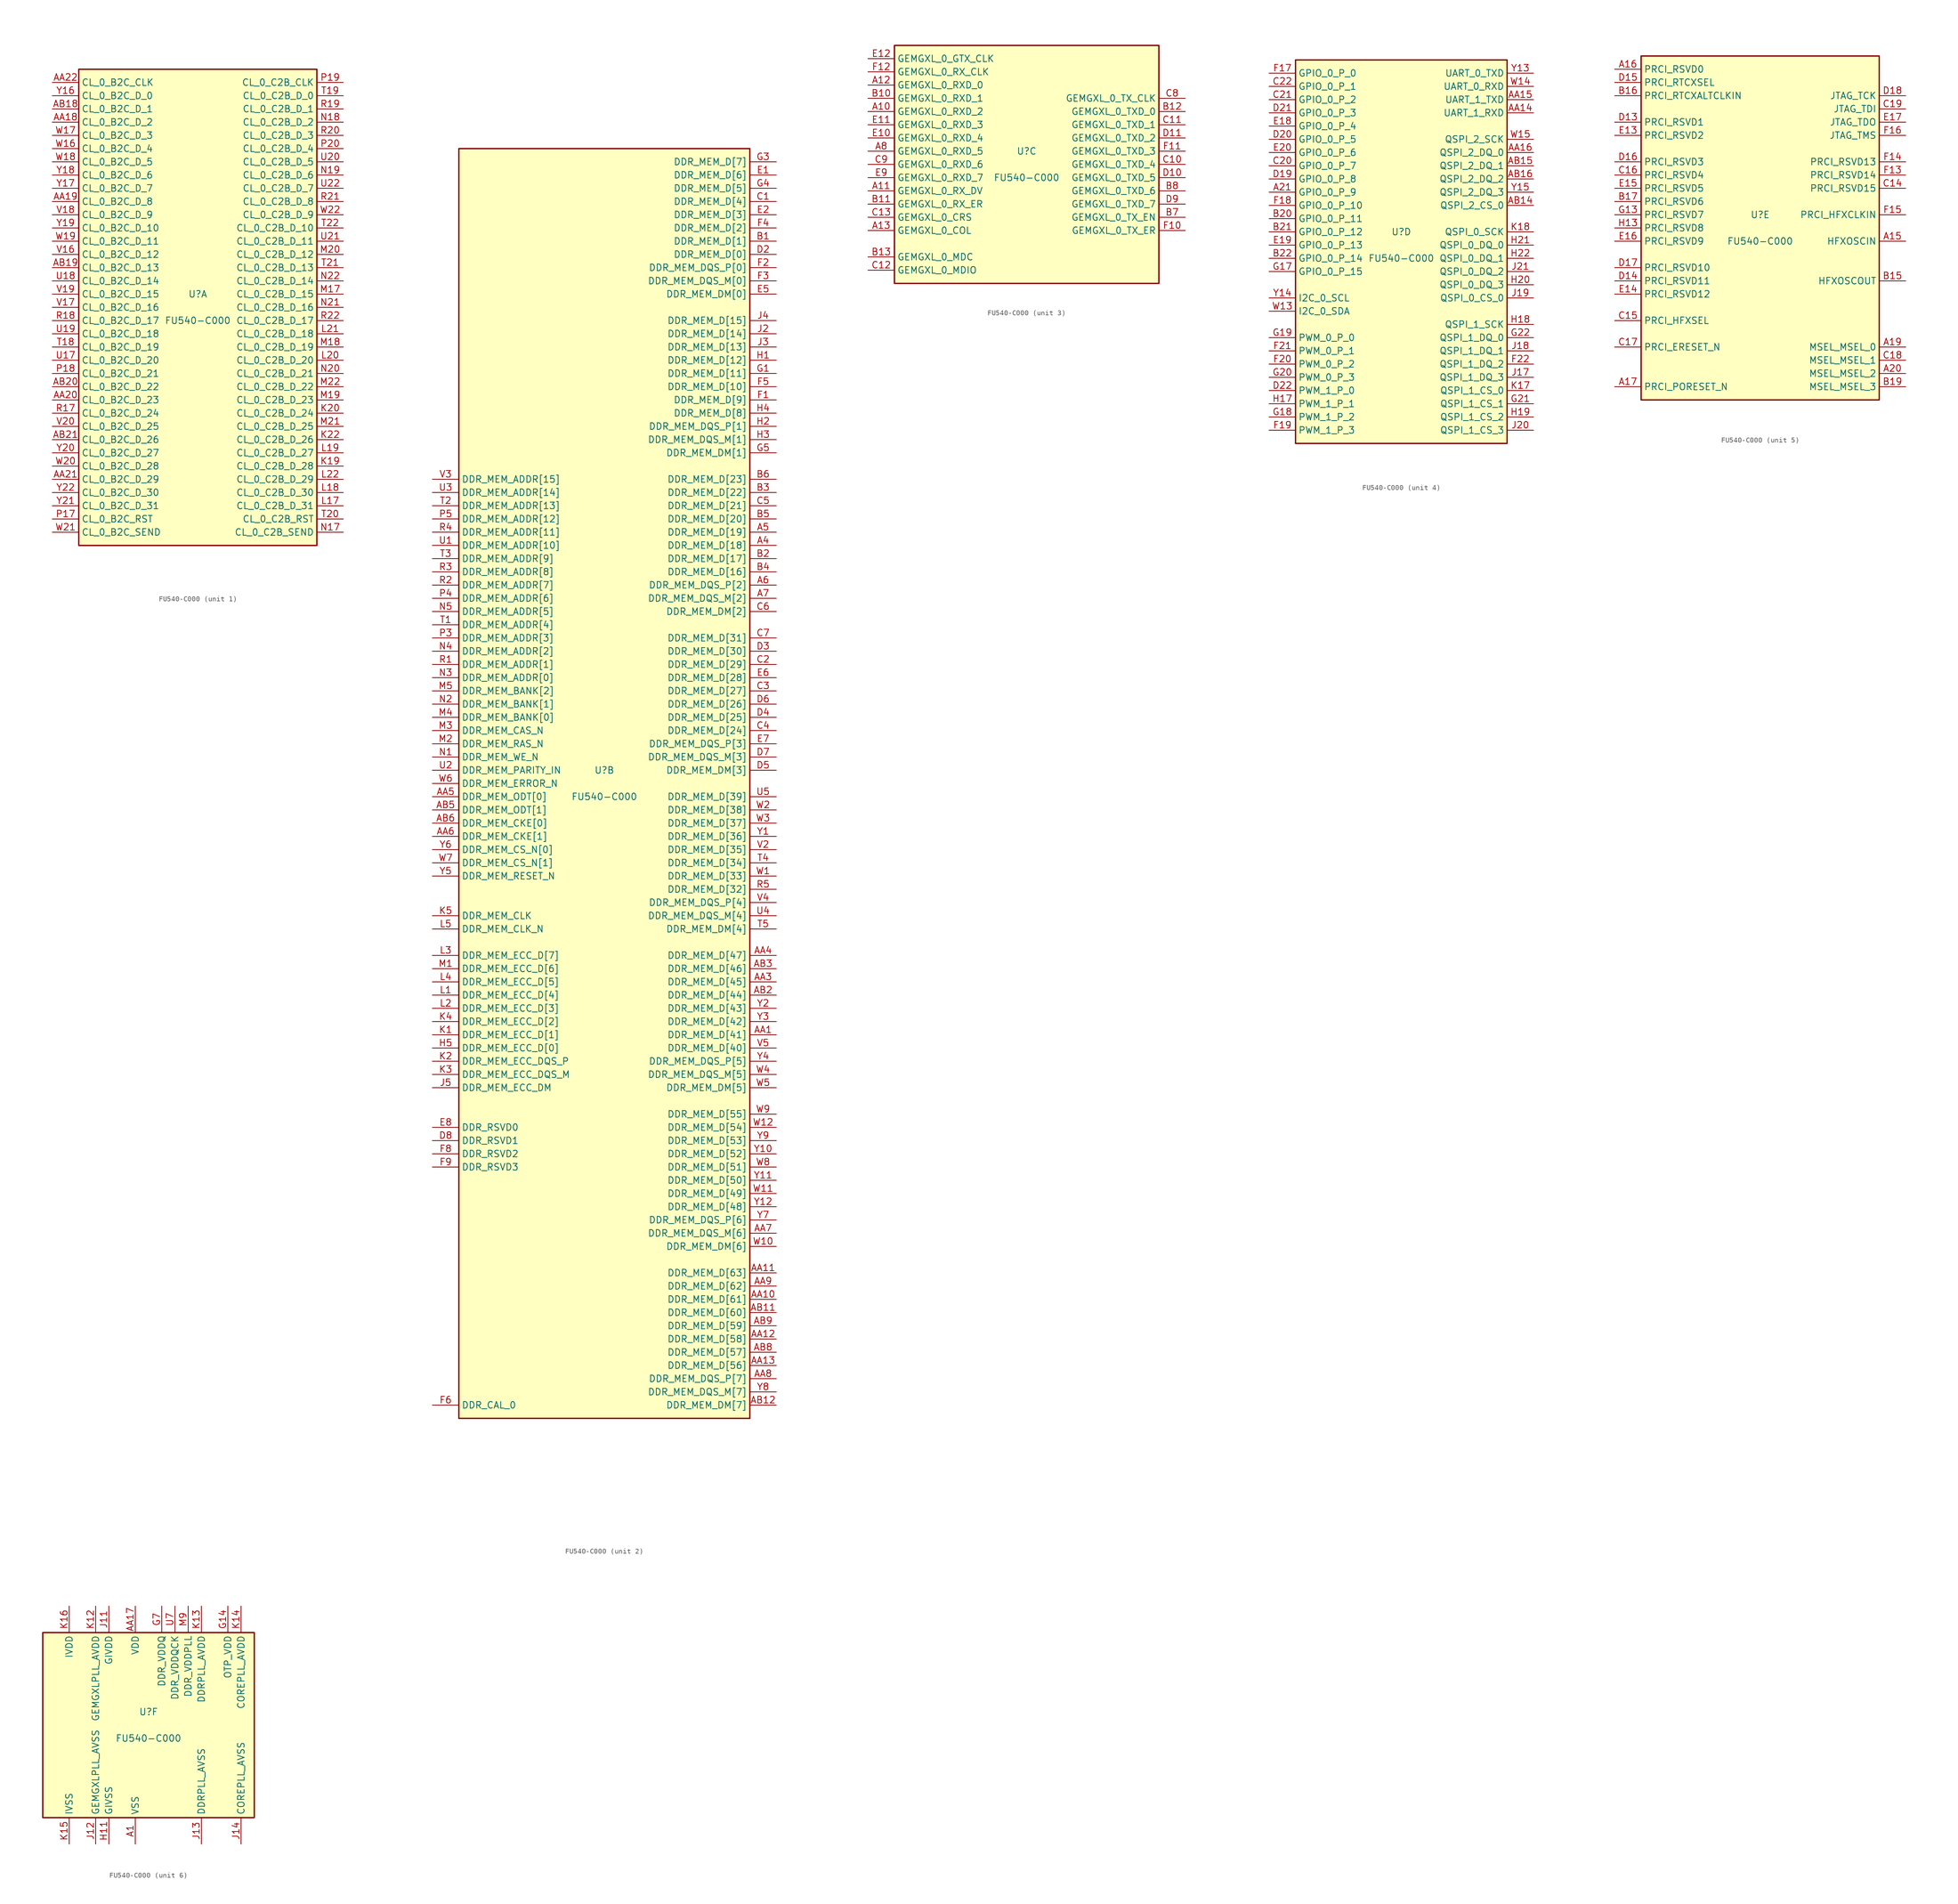
<source format=kicad_sym>
(kicad_symbol_lib
  (version 20201005)
  (generator kicad_symbol_editor)
  (symbol "MCU_SiFive:FU540-C000"
    (property "Reference" "U"
      (at 0 2.54 0)
      (effects (font (size 1.27 1.27))))
    (property "Value" "FU540-C000"
      (at 0 -2.54 0)
      (effects (font (size 1.27 1.27))))
    (property "ki_locked" ""
      (at 0 0 0)
      (effects (font (size 1.27 1.27))))
    (symbol "FU540-C000_1_1"
      (rectangle (start -22.86 -45.72) (end 22.86 45.72) (stroke (width 0.254)) (fill (type background)))
      (pin input line (at -27.94 35.56 0) (length 5.08) (name "CL_0_B2C_D_2" (effects (font (size 1.27 1.27)))) (number "AA18" (effects (font (size 1.27 1.27)))))
      (pin input line (at -27.94 20.32 0) (length 5.08) (name "CL_0_B2C_D_8" (effects (font (size 1.27 1.27)))) (number "AA19" (effects (font (size 1.27 1.27)))))
      (pin input line (at -27.94 -17.78 0) (length 5.08) (name "CL_0_B2C_D_23" (effects (font (size 1.27 1.27)))) (number "AA20" (effects (font (size 1.27 1.27)))))
      (pin input line (at -27.94 -33.02 0) (length 5.08) (name "CL_0_B2C_D_29" (effects (font (size 1.27 1.27)))) (number "AA21" (effects (font (size 1.27 1.27)))))
      (pin input line (at -27.94 43.18 0) (length 5.08) (name "CL_0_B2C_CLK" (effects (font (size 1.27 1.27)))) (number "AA22" (effects (font (size 1.27 1.27)))))
      (pin input line (at -27.94 38.1 0) (length 5.08) (name "CL_0_B2C_D_1" (effects (font (size 1.27 1.27)))) (number "AB18" (effects (font (size 1.27 1.27)))))
      (pin input line (at -27.94 7.62 0) (length 5.08) (name "CL_0_B2C_D_13" (effects (font (size 1.27 1.27)))) (number "AB19" (effects (font (size 1.27 1.27)))))
      (pin input line (at -27.94 -15.24 0) (length 5.08) (name "CL_0_B2C_D_22" (effects (font (size 1.27 1.27)))) (number "AB20" (effects (font (size 1.27 1.27)))))
      (pin input line (at -27.94 -25.4 0) (length 5.08) (name "CL_0_B2C_D_26" (effects (font (size 1.27 1.27)))) (number "AB21" (effects (font (size 1.27 1.27)))))
      (pin output line (at 27.94 -30.48 180) (length 5.08) (name "CL_0_C2B_D_28" (effects (font (size 1.27 1.27)))) (number "K19" (effects (font (size 1.27 1.27)))))
      (pin output line (at 27.94 -20.32 180) (length 5.08) (name "CL_0_C2B_D_24" (effects (font (size 1.27 1.27)))) (number "K20" (effects (font (size 1.27 1.27)))))
      (pin output line (at 27.94 -25.4 180) (length 5.08) (name "CL_0_C2B_D_26" (effects (font (size 1.27 1.27)))) (number "K22" (effects (font (size 1.27 1.27)))))
      (pin output line (at 27.94 -38.1 180) (length 5.08) (name "CL_0_C2B_D_31" (effects (font (size 1.27 1.27)))) (number "L17" (effects (font (size 1.27 1.27)))))
      (pin output line (at 27.94 -35.56 180) (length 5.08) (name "CL_0_C2B_D_30" (effects (font (size 1.27 1.27)))) (number "L18" (effects (font (size 1.27 1.27)))))
      (pin output line (at 27.94 -27.94 180) (length 5.08) (name "CL_0_C2B_D_27" (effects (font (size 1.27 1.27)))) (number "L19" (effects (font (size 1.27 1.27)))))
      (pin output line (at 27.94 -10.16 180) (length 5.08) (name "CL_0_C2B_D_20" (effects (font (size 1.27 1.27)))) (number "L20" (effects (font (size 1.27 1.27)))))
      (pin output line (at 27.94 -5.08 180) (length 5.08) (name "CL_0_C2B_D_18" (effects (font (size 1.27 1.27)))) (number "L21" (effects (font (size 1.27 1.27)))))
      (pin output line (at 27.94 -33.02 180) (length 5.08) (name "CL_0_C2B_D_29" (effects (font (size 1.27 1.27)))) (number "L22" (effects (font (size 1.27 1.27)))))
      (pin output line (at 27.94 2.54 180) (length 5.08) (name "CL_0_C2B_D_15" (effects (font (size 1.27 1.27)))) (number "M17" (effects (font (size 1.27 1.27)))))
      (pin output line (at 27.94 -7.62 180) (length 5.08) (name "CL_0_C2B_D_19" (effects (font (size 1.27 1.27)))) (number "M18" (effects (font (size 1.27 1.27)))))
      (pin output line (at 27.94 -17.78 180) (length 5.08) (name "CL_0_C2B_D_23" (effects (font (size 1.27 1.27)))) (number "M19" (effects (font (size 1.27 1.27)))))
      (pin output line (at 27.94 10.16 180) (length 5.08) (name "CL_0_C2B_D_12" (effects (font (size 1.27 1.27)))) (number "M20" (effects (font (size 1.27 1.27)))))
      (pin output line (at 27.94 -22.86 180) (length 5.08) (name "CL_0_C2B_D_25" (effects (font (size 1.27 1.27)))) (number "M21" (effects (font (size 1.27 1.27)))))
      (pin output line (at 27.94 -15.24 180) (length 5.08) (name "CL_0_C2B_D_22" (effects (font (size 1.27 1.27)))) (number "M22" (effects (font (size 1.27 1.27)))))
      (pin output line (at 27.94 -43.18 180) (length 5.08) (name "CL_0_C2B_SEND" (effects (font (size 1.27 1.27)))) (number "N17" (effects (font (size 1.27 1.27)))))
      (pin output line (at 27.94 35.56 180) (length 5.08) (name "CL_0_C2B_D_2" (effects (font (size 1.27 1.27)))) (number "N18" (effects (font (size 1.27 1.27)))))
      (pin output line (at 27.94 25.4 180) (length 5.08) (name "CL_0_C2B_D_6" (effects (font (size 1.27 1.27)))) (number "N19" (effects (font (size 1.27 1.27)))))
      (pin output line (at 27.94 -12.7 180) (length 5.08) (name "CL_0_C2B_D_21" (effects (font (size 1.27 1.27)))) (number "N20" (effects (font (size 1.27 1.27)))))
      (pin output line (at 27.94 0 180) (length 5.08) (name "CL_0_C2B_D_16" (effects (font (size 1.27 1.27)))) (number "N21" (effects (font (size 1.27 1.27)))))
      (pin output line (at 27.94 5.08 180) (length 5.08) (name "CL_0_C2B_D_14" (effects (font (size 1.27 1.27)))) (number "N22" (effects (font (size 1.27 1.27)))))
      (pin input line (at -27.94 -40.64 0) (length 5.08) (name "CL_0_B2C_RST" (effects (font (size 1.27 1.27)))) (number "P17" (effects (font (size 1.27 1.27)))))
      (pin input line (at -27.94 -12.7 0) (length 5.08) (name "CL_0_B2C_D_21" (effects (font (size 1.27 1.27)))) (number "P18" (effects (font (size 1.27 1.27)))))
      (pin output line (at 27.94 43.18 180) (length 5.08) (name "CL_0_C2B_CLK" (effects (font (size 1.27 1.27)))) (number "P19" (effects (font (size 1.27 1.27)))))
      (pin output line (at 27.94 30.48 180) (length 5.08) (name "CL_0_C2B_D_4" (effects (font (size 1.27 1.27)))) (number "P20" (effects (font (size 1.27 1.27)))))
      (pin input line (at -27.94 -20.32 0) (length 5.08) (name "CL_0_B2C_D_24" (effects (font (size 1.27 1.27)))) (number "R17" (effects (font (size 1.27 1.27)))))
      (pin input line (at -27.94 -2.54 0) (length 5.08) (name "CL_0_B2C_D_17" (effects (font (size 1.27 1.27)))) (number "R18" (effects (font (size 1.27 1.27)))))
      (pin output line (at 27.94 38.1 180) (length 5.08) (name "CL_0_C2B_D_1" (effects (font (size 1.27 1.27)))) (number "R19" (effects (font (size 1.27 1.27)))))
      (pin output line (at 27.94 33.02 180) (length 5.08) (name "CL_0_C2B_D_3" (effects (font (size 1.27 1.27)))) (number "R20" (effects (font (size 1.27 1.27)))))
      (pin output line (at 27.94 20.32 180) (length 5.08) (name "CL_0_C2B_D_8" (effects (font (size 1.27 1.27)))) (number "R21" (effects (font (size 1.27 1.27)))))
      (pin output line (at 27.94 -2.54 180) (length 5.08) (name "CL_0_C2B_D_17" (effects (font (size 1.27 1.27)))) (number "R22" (effects (font (size 1.27 1.27)))))
      (pin input line (at -27.94 -7.62 0) (length 5.08) (name "CL_0_B2C_D_19" (effects (font (size 1.27 1.27)))) (number "T18" (effects (font (size 1.27 1.27)))))
      (pin output line (at 27.94 40.64 180) (length 5.08) (name "CL_0_C2B_D_0" (effects (font (size 1.27 1.27)))) (number "T19" (effects (font (size 1.27 1.27)))))
      (pin output line (at 27.94 -40.64 180) (length 5.08) (name "CL_0_C2B_RST" (effects (font (size 1.27 1.27)))) (number "T20" (effects (font (size 1.27 1.27)))))
      (pin output line (at 27.94 7.62 180) (length 5.08) (name "CL_0_C2B_D_13" (effects (font (size 1.27 1.27)))) (number "T21" (effects (font (size 1.27 1.27)))))
      (pin output line (at 27.94 15.24 180) (length 5.08) (name "CL_0_C2B_D_10" (effects (font (size 1.27 1.27)))) (number "T22" (effects (font (size 1.27 1.27)))))
      (pin input line (at -27.94 -10.16 0) (length 5.08) (name "CL_0_B2C_D_20" (effects (font (size 1.27 1.27)))) (number "U17" (effects (font (size 1.27 1.27)))))
      (pin input line (at -27.94 5.08 0) (length 5.08) (name "CL_0_B2C_D_14" (effects (font (size 1.27 1.27)))) (number "U18" (effects (font (size 1.27 1.27)))))
      (pin input line (at -27.94 -5.08 0) (length 5.08) (name "CL_0_B2C_D_18" (effects (font (size 1.27 1.27)))) (number "U19" (effects (font (size 1.27 1.27)))))
      (pin output line (at 27.94 27.94 180) (length 5.08) (name "CL_0_C2B_D_5" (effects (font (size 1.27 1.27)))) (number "U20" (effects (font (size 1.27 1.27)))))
      (pin output line (at 27.94 12.7 180) (length 5.08) (name "CL_0_C2B_D_11" (effects (font (size 1.27 1.27)))) (number "U21" (effects (font (size 1.27 1.27)))))
      (pin output line (at 27.94 22.86 180) (length 5.08) (name "CL_0_C2B_D_7" (effects (font (size 1.27 1.27)))) (number "U22" (effects (font (size 1.27 1.27)))))
      (pin input line (at -27.94 10.16 0) (length 5.08) (name "CL_0_B2C_D_12" (effects (font (size 1.27 1.27)))) (number "V16" (effects (font (size 1.27 1.27)))))
      (pin input line (at -27.94 0 0) (length 5.08) (name "CL_0_B2C_D_16" (effects (font (size 1.27 1.27)))) (number "V17" (effects (font (size 1.27 1.27)))))
      (pin input line (at -27.94 17.78 0) (length 5.08) (name "CL_0_B2C_D_9" (effects (font (size 1.27 1.27)))) (number "V18" (effects (font (size 1.27 1.27)))))
      (pin input line (at -27.94 2.54 0) (length 5.08) (name "CL_0_B2C_D_15" (effects (font (size 1.27 1.27)))) (number "V19" (effects (font (size 1.27 1.27)))))
      (pin input line (at -27.94 -22.86 0) (length 5.08) (name "CL_0_B2C_D_25" (effects (font (size 1.27 1.27)))) (number "V20" (effects (font (size 1.27 1.27)))))
      (pin input line (at -27.94 30.48 0) (length 5.08) (name "CL_0_B2C_D_4" (effects (font (size 1.27 1.27)))) (number "W16" (effects (font (size 1.27 1.27)))))
      (pin input line (at -27.94 33.02 0) (length 5.08) (name "CL_0_B2C_D_3" (effects (font (size 1.27 1.27)))) (number "W17" (effects (font (size 1.27 1.27)))))
      (pin input line (at -27.94 27.94 0) (length 5.08) (name "CL_0_B2C_D_5" (effects (font (size 1.27 1.27)))) (number "W18" (effects (font (size 1.27 1.27)))))
      (pin input line (at -27.94 12.7 0) (length 5.08) (name "CL_0_B2C_D_11" (effects (font (size 1.27 1.27)))) (number "W19" (effects (font (size 1.27 1.27)))))
      (pin input line (at -27.94 -30.48 0) (length 5.08) (name "CL_0_B2C_D_28" (effects (font (size 1.27 1.27)))) (number "W20" (effects (font (size 1.27 1.27)))))
      (pin input line (at -27.94 -43.18 0) (length 5.08) (name "CL_0_B2C_SEND" (effects (font (size 1.27 1.27)))) (number "W21" (effects (font (size 1.27 1.27)))))
      (pin output line (at 27.94 17.78 180) (length 5.08) (name "CL_0_C2B_D_9" (effects (font (size 1.27 1.27)))) (number "W22" (effects (font (size 1.27 1.27)))))
      (pin input line (at -27.94 40.64 0) (length 5.08) (name "CL_0_B2C_D_0" (effects (font (size 1.27 1.27)))) (number "Y16" (effects (font (size 1.27 1.27)))))
      (pin input line (at -27.94 22.86 0) (length 5.08) (name "CL_0_B2C_D_7" (effects (font (size 1.27 1.27)))) (number "Y17" (effects (font (size 1.27 1.27)))))
      (pin input line (at -27.94 25.4 0) (length 5.08) (name "CL_0_B2C_D_6" (effects (font (size 1.27 1.27)))) (number "Y18" (effects (font (size 1.27 1.27)))))
      (pin input line (at -27.94 15.24 0) (length 5.08) (name "CL_0_B2C_D_10" (effects (font (size 1.27 1.27)))) (number "Y19" (effects (font (size 1.27 1.27)))))
      (pin input line (at -27.94 -27.94 0) (length 5.08) (name "CL_0_B2C_D_27" (effects (font (size 1.27 1.27)))) (number "Y20" (effects (font (size 1.27 1.27)))))
      (pin input line (at -27.94 -38.1 0) (length 5.08) (name "CL_0_B2C_D_31" (effects (font (size 1.27 1.27)))) (number "Y21" (effects (font (size 1.27 1.27)))))
      (pin input line (at -27.94 -35.56 0) (length 5.08) (name "CL_0_B2C_D_30" (effects (font (size 1.27 1.27)))) (number "Y22" (effects (font (size 1.27 1.27))))))
    (symbol "FU540-C000_2_1"
      (rectangle (start -27.94 -121.92) (end 27.94 121.92) (stroke (width 0.254)) (fill (type background)))
      (pin bidirectional line (at 33.02 45.72 180) (length 5.08) (name "DDR_MEM_D[18]" (effects (font (size 1.27 1.27)))) (number "A4" (effects (font (size 1.27 1.27)))))
      (pin bidirectional line (at 33.02 48.26 180) (length 5.08) (name "DDR_MEM_D[19]" (effects (font (size 1.27 1.27)))) (number "A5" (effects (font (size 1.27 1.27)))))
      (pin bidirectional line (at 33.02 38.1 180) (length 5.08) (name "DDR_MEM_DQS_P[2]" (effects (font (size 1.27 1.27)))) (number "A6" (effects (font (size 1.27 1.27)))))
      (pin bidirectional line (at 33.02 35.56 180) (length 5.08) (name "DDR_MEM_DQS_M[2]" (effects (font (size 1.27 1.27)))) (number "A7" (effects (font (size 1.27 1.27)))))
      (pin bidirectional line (at 33.02 -48.26 180) (length 5.08) (name "DDR_MEM_D[41]" (effects (font (size 1.27 1.27)))) (number "AA1" (effects (font (size 1.27 1.27)))))
      (pin bidirectional line (at 33.02 -99.06 180) (length 5.08) (name "DDR_MEM_D[61]" (effects (font (size 1.27 1.27)))) (number "AA10" (effects (font (size 1.27 1.27)))))
      (pin bidirectional line (at 33.02 -93.98 180) (length 5.08) (name "DDR_MEM_D[63]" (effects (font (size 1.27 1.27)))) (number "AA11" (effects (font (size 1.27 1.27)))))
      (pin bidirectional line (at 33.02 -106.68 180) (length 5.08) (name "DDR_MEM_D[58]" (effects (font (size 1.27 1.27)))) (number "AA12" (effects (font (size 1.27 1.27)))))
      (pin bidirectional line (at 33.02 -111.76 180) (length 5.08) (name "DDR_MEM_D[56]" (effects (font (size 1.27 1.27)))) (number "AA13" (effects (font (size 1.27 1.27)))))
      (pin bidirectional line (at 33.02 -38.1 180) (length 5.08) (name "DDR_MEM_D[45]" (effects (font (size 1.27 1.27)))) (number "AA3" (effects (font (size 1.27 1.27)))))
      (pin bidirectional line (at 33.02 -33.02 180) (length 5.08) (name "DDR_MEM_D[47]" (effects (font (size 1.27 1.27)))) (number "AA4" (effects (font (size 1.27 1.27)))))
      (pin output line (at -33.02 -2.54 0) (length 5.08) (name "DDR_MEM_ODT[0]" (effects (font (size 1.27 1.27)))) (number "AA5" (effects (font (size 1.27 1.27)))))
      (pin output line (at -33.02 -10.16 0) (length 5.08) (name "DDR_MEM_CKE[1]" (effects (font (size 1.27 1.27)))) (number "AA6" (effects (font (size 1.27 1.27)))))
      (pin bidirectional line (at 33.02 -86.36 180) (length 5.08) (name "DDR_MEM_DQS_M[6]" (effects (font (size 1.27 1.27)))) (number "AA7" (effects (font (size 1.27 1.27)))))
      (pin bidirectional line (at 33.02 -114.3 180) (length 5.08) (name "DDR_MEM_DQS_P[7]" (effects (font (size 1.27 1.27)))) (number "AA8" (effects (font (size 1.27 1.27)))))
      (pin bidirectional line (at 33.02 -96.52 180) (length 5.08) (name "DDR_MEM_D[62]" (effects (font (size 1.27 1.27)))) (number "AA9" (effects (font (size 1.27 1.27)))))
      (pin bidirectional line (at 33.02 -101.6 180) (length 5.08) (name "DDR_MEM_D[60]" (effects (font (size 1.27 1.27)))) (number "AB11" (effects (font (size 1.27 1.27)))))
      (pin bidirectional line (at 33.02 -119.38 180) (length 5.08) (name "DDR_MEM_DM[7]" (effects (font (size 1.27 1.27)))) (number "AB12" (effects (font (size 1.27 1.27)))))
      (pin bidirectional line (at 33.02 -40.64 180) (length 5.08) (name "DDR_MEM_D[44]" (effects (font (size 1.27 1.27)))) (number "AB2" (effects (font (size 1.27 1.27)))))
      (pin bidirectional line (at 33.02 -35.56 180) (length 5.08) (name "DDR_MEM_D[46]" (effects (font (size 1.27 1.27)))) (number "AB3" (effects (font (size 1.27 1.27)))))
      (pin output line (at -33.02 -5.08 0) (length 5.08) (name "DDR_MEM_ODT[1]" (effects (font (size 1.27 1.27)))) (number "AB5" (effects (font (size 1.27 1.27)))))
      (pin output line (at -33.02 -7.62 0) (length 5.08) (name "DDR_MEM_CKE[0]" (effects (font (size 1.27 1.27)))) (number "AB6" (effects (font (size 1.27 1.27)))))
      (pin bidirectional line (at 33.02 -109.22 180) (length 5.08) (name "DDR_MEM_D[57]" (effects (font (size 1.27 1.27)))) (number "AB8" (effects (font (size 1.27 1.27)))))
      (pin bidirectional line (at 33.02 -104.14 180) (length 5.08) (name "DDR_MEM_D[59]" (effects (font (size 1.27 1.27)))) (number "AB9" (effects (font (size 1.27 1.27)))))
      (pin bidirectional line (at 33.02 104.14 180) (length 5.08) (name "DDR_MEM_D[1]" (effects (font (size 1.27 1.27)))) (number "B1" (effects (font (size 1.27 1.27)))))
      (pin bidirectional line (at 33.02 43.18 180) (length 5.08) (name "DDR_MEM_D[17]" (effects (font (size 1.27 1.27)))) (number "B2" (effects (font (size 1.27 1.27)))))
      (pin bidirectional line (at 33.02 55.88 180) (length 5.08) (name "DDR_MEM_D[22]" (effects (font (size 1.27 1.27)))) (number "B3" (effects (font (size 1.27 1.27)))))
      (pin bidirectional line (at 33.02 40.64 180) (length 5.08) (name "DDR_MEM_D[16]" (effects (font (size 1.27 1.27)))) (number "B4" (effects (font (size 1.27 1.27)))))
      (pin bidirectional line (at 33.02 50.8 180) (length 5.08) (name "DDR_MEM_D[20]" (effects (font (size 1.27 1.27)))) (number "B5" (effects (font (size 1.27 1.27)))))
      (pin bidirectional line (at 33.02 58.42 180) (length 5.08) (name "DDR_MEM_D[23]" (effects (font (size 1.27 1.27)))) (number "B6" (effects (font (size 1.27 1.27)))))
      (pin bidirectional line (at 33.02 111.76 180) (length 5.08) (name "DDR_MEM_D[4]" (effects (font (size 1.27 1.27)))) (number "C1" (effects (font (size 1.27 1.27)))))
      (pin bidirectional line (at 33.02 22.86 180) (length 5.08) (name "DDR_MEM_D[29]" (effects (font (size 1.27 1.27)))) (number "C2" (effects (font (size 1.27 1.27)))))
      (pin bidirectional line (at 33.02 17.78 180) (length 5.08) (name "DDR_MEM_D[27]" (effects (font (size 1.27 1.27)))) (number "C3" (effects (font (size 1.27 1.27)))))
      (pin bidirectional line (at 33.02 10.16 180) (length 5.08) (name "DDR_MEM_D[24]" (effects (font (size 1.27 1.27)))) (number "C4" (effects (font (size 1.27 1.27)))))
      (pin bidirectional line (at 33.02 53.34 180) (length 5.08) (name "DDR_MEM_D[21]" (effects (font (size 1.27 1.27)))) (number "C5" (effects (font (size 1.27 1.27)))))
      (pin bidirectional line (at 33.02 33.02 180) (length 5.08) (name "DDR_MEM_DM[2]" (effects (font (size 1.27 1.27)))) (number "C6" (effects (font (size 1.27 1.27)))))
      (pin bidirectional line (at 33.02 27.94 180) (length 5.08) (name "DDR_MEM_D[31]" (effects (font (size 1.27 1.27)))) (number "C7" (effects (font (size 1.27 1.27)))))
      (pin bidirectional line (at 33.02 101.6 180) (length 5.08) (name "DDR_MEM_D[0]" (effects (font (size 1.27 1.27)))) (number "D2" (effects (font (size 1.27 1.27)))))
      (pin bidirectional line (at 33.02 25.4 180) (length 5.08) (name "DDR_MEM_D[30]" (effects (font (size 1.27 1.27)))) (number "D3" (effects (font (size 1.27 1.27)))))
      (pin bidirectional line (at 33.02 12.7 180) (length 5.08) (name "DDR_MEM_D[25]" (effects (font (size 1.27 1.27)))) (number "D4" (effects (font (size 1.27 1.27)))))
      (pin bidirectional line (at 33.02 2.54 180) (length 5.08) (name "DDR_MEM_DM[3]" (effects (font (size 1.27 1.27)))) (number "D5" (effects (font (size 1.27 1.27)))))
      (pin bidirectional line (at 33.02 15.24 180) (length 5.08) (name "DDR_MEM_D[26]" (effects (font (size 1.27 1.27)))) (number "D6" (effects (font (size 1.27 1.27)))))
      (pin bidirectional line (at 33.02 5.08 180) (length 5.08) (name "DDR_MEM_DQS_M[3]" (effects (font (size 1.27 1.27)))) (number "D7" (effects (font (size 1.27 1.27)))))
      (pin passive line (at -33.02 -68.58 0) (length 5.08) (name "DDR_RSVD1" (effects (font (size 1.27 1.27)))) (number "D8" (effects (font (size 1.27 1.27)))))
      (pin bidirectional line (at 33.02 116.84 180) (length 5.08) (name "DDR_MEM_D[6]" (effects (font (size 1.27 1.27)))) (number "E1" (effects (font (size 1.27 1.27)))))
      (pin bidirectional line (at 33.02 109.22 180) (length 5.08) (name "DDR_MEM_D[3]" (effects (font (size 1.27 1.27)))) (number "E2" (effects (font (size 1.27 1.27)))))
      (pin bidirectional line (at 33.02 93.98 180) (length 5.08) (name "DDR_MEM_DM[0]" (effects (font (size 1.27 1.27)))) (number "E5" (effects (font (size 1.27 1.27)))))
      (pin bidirectional line (at 33.02 20.32 180) (length 5.08) (name "DDR_MEM_D[28]" (effects (font (size 1.27 1.27)))) (number "E6" (effects (font (size 1.27 1.27)))))
      (pin bidirectional line (at 33.02 7.62 180) (length 5.08) (name "DDR_MEM_DQS_P[3]" (effects (font (size 1.27 1.27)))) (number "E7" (effects (font (size 1.27 1.27)))))
      (pin passive line (at -33.02 -66.04 0) (length 5.08) (name "DDR_RSVD0" (effects (font (size 1.27 1.27)))) (number "E8" (effects (font (size 1.27 1.27)))))
      (pin bidirectional line (at 33.02 73.66 180) (length 5.08) (name "DDR_MEM_D[9]" (effects (font (size 1.27 1.27)))) (number "F1" (effects (font (size 1.27 1.27)))))
      (pin bidirectional line (at 33.02 99.06 180) (length 5.08) (name "DDR_MEM_DQS_P[0]" (effects (font (size 1.27 1.27)))) (number "F2" (effects (font (size 1.27 1.27)))))
      (pin bidirectional line (at 33.02 96.52 180) (length 5.08) (name "DDR_MEM_DQS_M[0]" (effects (font (size 1.27 1.27)))) (number "F3" (effects (font (size 1.27 1.27)))))
      (pin bidirectional line (at 33.02 106.68 180) (length 5.08) (name "DDR_MEM_D[2]" (effects (font (size 1.27 1.27)))) (number "F4" (effects (font (size 1.27 1.27)))))
      (pin bidirectional line (at 33.02 76.2 180) (length 5.08) (name "DDR_MEM_D[10]" (effects (font (size 1.27 1.27)))) (number "F5" (effects (font (size 1.27 1.27)))))
      (pin passive line (at -33.02 -119.38 0) (length 5.08) (name "DDR_CAL_0" (effects (font (size 1.27 1.27)))) (number "F6" (effects (font (size 1.27 1.27)))))
      (pin passive line (at -33.02 -71.12 0) (length 5.08) (name "DDR_RSVD2" (effects (font (size 1.27 1.27)))) (number "F8" (effects (font (size 1.27 1.27)))))
      (pin passive line (at -33.02 -73.66 0) (length 5.08) (name "DDR_RSVD3" (effects (font (size 1.27 1.27)))) (number "F9" (effects (font (size 1.27 1.27)))))
      (pin bidirectional line (at 33.02 78.74 180) (length 5.08) (name "DDR_MEM_D[11]" (effects (font (size 1.27 1.27)))) (number "G1" (effects (font (size 1.27 1.27)))))
      (pin bidirectional line (at 33.02 119.38 180) (length 5.08) (name "DDR_MEM_D[7]" (effects (font (size 1.27 1.27)))) (number "G3" (effects (font (size 1.27 1.27)))))
      (pin bidirectional line (at 33.02 114.3 180) (length 5.08) (name "DDR_MEM_D[5]" (effects (font (size 1.27 1.27)))) (number "G4" (effects (font (size 1.27 1.27)))))
      (pin bidirectional line (at 33.02 63.5 180) (length 5.08) (name "DDR_MEM_DM[1]" (effects (font (size 1.27 1.27)))) (number "G5" (effects (font (size 1.27 1.27)))))
      (pin bidirectional line (at 33.02 81.28 180) (length 5.08) (name "DDR_MEM_D[12]" (effects (font (size 1.27 1.27)))) (number "H1" (effects (font (size 1.27 1.27)))))
      (pin bidirectional line (at 33.02 68.58 180) (length 5.08) (name "DDR_MEM_DQS_P[1]" (effects (font (size 1.27 1.27)))) (number "H2" (effects (font (size 1.27 1.27)))))
      (pin bidirectional line (at 33.02 66.04 180) (length 5.08) (name "DDR_MEM_DQS_M[1]" (effects (font (size 1.27 1.27)))) (number "H3" (effects (font (size 1.27 1.27)))))
      (pin bidirectional line (at 33.02 71.12 180) (length 5.08) (name "DDR_MEM_D[8]" (effects (font (size 1.27 1.27)))) (number "H4" (effects (font (size 1.27 1.27)))))
      (pin bidirectional line (at -33.02 -50.8 0) (length 5.08) (name "DDR_MEM_ECC_D[0]" (effects (font (size 1.27 1.27)))) (number "H5" (effects (font (size 1.27 1.27)))))
      (pin bidirectional line (at 33.02 86.36 180) (length 5.08) (name "DDR_MEM_D[14]" (effects (font (size 1.27 1.27)))) (number "J2" (effects (font (size 1.27 1.27)))))
      (pin bidirectional line (at 33.02 83.82 180) (length 5.08) (name "DDR_MEM_D[13]" (effects (font (size 1.27 1.27)))) (number "J3" (effects (font (size 1.27 1.27)))))
      (pin bidirectional line (at 33.02 88.9 180) (length 5.08) (name "DDR_MEM_D[15]" (effects (font (size 1.27 1.27)))) (number "J4" (effects (font (size 1.27 1.27)))))
      (pin bidirectional line (at -33.02 -58.42 0) (length 5.08) (name "DDR_MEM_ECC_DM" (effects (font (size 1.27 1.27)))) (number "J5" (effects (font (size 1.27 1.27)))))
      (pin bidirectional line (at -33.02 -48.26 0) (length 5.08) (name "DDR_MEM_ECC_D[1]" (effects (font (size 1.27 1.27)))) (number "K1" (effects (font (size 1.27 1.27)))))
      (pin bidirectional line (at -33.02 -53.34 0) (length 5.08) (name "DDR_MEM_ECC_DQS_P" (effects (font (size 1.27 1.27)))) (number "K2" (effects (font (size 1.27 1.27)))))
      (pin bidirectional line (at -33.02 -55.88 0) (length 5.08) (name "DDR_MEM_ECC_DQS_M" (effects (font (size 1.27 1.27)))) (number "K3" (effects (font (size 1.27 1.27)))))
      (pin bidirectional line (at -33.02 -45.72 0) (length 5.08) (name "DDR_MEM_ECC_D[2]" (effects (font (size 1.27 1.27)))) (number "K4" (effects (font (size 1.27 1.27)))))
      (pin output line (at -33.02 -25.4 0) (length 5.08) (name "DDR_MEM_CLK" (effects (font (size 1.27 1.27)))) (number "K5" (effects (font (size 1.27 1.27)))))
      (pin bidirectional line (at -33.02 -40.64 0) (length 5.08) (name "DDR_MEM_ECC_D[4]" (effects (font (size 1.27 1.27)))) (number "L1" (effects (font (size 1.27 1.27)))))
      (pin bidirectional line (at -33.02 -43.18 0) (length 5.08) (name "DDR_MEM_ECC_D[3]" (effects (font (size 1.27 1.27)))) (number "L2" (effects (font (size 1.27 1.27)))))
      (pin bidirectional line (at -33.02 -33.02 0) (length 5.08) (name "DDR_MEM_ECC_D[7]" (effects (font (size 1.27 1.27)))) (number "L3" (effects (font (size 1.27 1.27)))))
      (pin bidirectional line (at -33.02 -38.1 0) (length 5.08) (name "DDR_MEM_ECC_D[5]" (effects (font (size 1.27 1.27)))) (number "L4" (effects (font (size 1.27 1.27)))))
      (pin output line (at -33.02 -27.94 0) (length 5.08) (name "DDR_MEM_CLK_N" (effects (font (size 1.27 1.27)))) (number "L5" (effects (font (size 1.27 1.27)))))
      (pin bidirectional line (at -33.02 -35.56 0) (length 5.08) (name "DDR_MEM_ECC_D[6]" (effects (font (size 1.27 1.27)))) (number "M1" (effects (font (size 1.27 1.27)))))
      (pin output line (at -33.02 7.62 0) (length 5.08) (name "DDR_MEM_RAS_N" (effects (font (size 1.27 1.27)))) (number "M2" (effects (font (size 1.27 1.27)))))
      (pin output line (at -33.02 10.16 0) (length 5.08) (name "DDR_MEM_CAS_N" (effects (font (size 1.27 1.27)))) (number "M3" (effects (font (size 1.27 1.27)))))
      (pin output line (at -33.02 12.7 0) (length 5.08) (name "DDR_MEM_BANK[0]" (effects (font (size 1.27 1.27)))) (number "M4" (effects (font (size 1.27 1.27)))))
      (pin output line (at -33.02 17.78 0) (length 5.08) (name "DDR_MEM_BANK[2]" (effects (font (size 1.27 1.27)))) (number "M5" (effects (font (size 1.27 1.27)))))
      (pin output line (at -33.02 5.08 0) (length 5.08) (name "DDR_MEM_WE_N" (effects (font (size 1.27 1.27)))) (number "N1" (effects (font (size 1.27 1.27)))))
      (pin output line (at -33.02 15.24 0) (length 5.08) (name "DDR_MEM_BANK[1]" (effects (font (size 1.27 1.27)))) (number "N2" (effects (font (size 1.27 1.27)))))
      (pin output line (at -33.02 20.32 0) (length 5.08) (name "DDR_MEM_ADDR[0]" (effects (font (size 1.27 1.27)))) (number "N3" (effects (font (size 1.27 1.27)))))
      (pin output line (at -33.02 25.4 0) (length 5.08) (name "DDR_MEM_ADDR[2]" (effects (font (size 1.27 1.27)))) (number "N4" (effects (font (size 1.27 1.27)))))
      (pin output line (at -33.02 33.02 0) (length 5.08) (name "DDR_MEM_ADDR[5]" (effects (font (size 1.27 1.27)))) (number "N5" (effects (font (size 1.27 1.27)))))
      (pin output line (at -33.02 27.94 0) (length 5.08) (name "DDR_MEM_ADDR[3]" (effects (font (size 1.27 1.27)))) (number "P3" (effects (font (size 1.27 1.27)))))
      (pin output line (at -33.02 35.56 0) (length 5.08) (name "DDR_MEM_ADDR[6]" (effects (font (size 1.27 1.27)))) (number "P4" (effects (font (size 1.27 1.27)))))
      (pin output line (at -33.02 50.8 0) (length 5.08) (name "DDR_MEM_ADDR[12]" (effects (font (size 1.27 1.27)))) (number "P5" (effects (font (size 1.27 1.27)))))
      (pin output line (at -33.02 22.86 0) (length 5.08) (name "DDR_MEM_ADDR[1]" (effects (font (size 1.27 1.27)))) (number "R1" (effects (font (size 1.27 1.27)))))
      (pin output line (at -33.02 38.1 0) (length 5.08) (name "DDR_MEM_ADDR[7]" (effects (font (size 1.27 1.27)))) (number "R2" (effects (font (size 1.27 1.27)))))
      (pin output line (at -33.02 40.64 0) (length 5.08) (name "DDR_MEM_ADDR[8]" (effects (font (size 1.27 1.27)))) (number "R3" (effects (font (size 1.27 1.27)))))
      (pin output line (at -33.02 48.26 0) (length 5.08) (name "DDR_MEM_ADDR[11]" (effects (font (size 1.27 1.27)))) (number "R4" (effects (font (size 1.27 1.27)))))
      (pin bidirectional line (at 33.02 -20.32 180) (length 5.08) (name "DDR_MEM_D[32]" (effects (font (size 1.27 1.27)))) (number "R5" (effects (font (size 1.27 1.27)))))
      (pin output line (at -33.02 30.48 0) (length 5.08) (name "DDR_MEM_ADDR[4]" (effects (font (size 1.27 1.27)))) (number "T1" (effects (font (size 1.27 1.27)))))
      (pin output line (at -33.02 53.34 0) (length 5.08) (name "DDR_MEM_ADDR[13]" (effects (font (size 1.27 1.27)))) (number "T2" (effects (font (size 1.27 1.27)))))
      (pin output line (at -33.02 43.18 0) (length 5.08) (name "DDR_MEM_ADDR[9]" (effects (font (size 1.27 1.27)))) (number "T3" (effects (font (size 1.27 1.27)))))
      (pin bidirectional line (at 33.02 -15.24 180) (length 5.08) (name "DDR_MEM_D[34]" (effects (font (size 1.27 1.27)))) (number "T4" (effects (font (size 1.27 1.27)))))
      (pin bidirectional line (at 33.02 -27.94 180) (length 5.08) (name "DDR_MEM_DM[4]" (effects (font (size 1.27 1.27)))) (number "T5" (effects (font (size 1.27 1.27)))))
      (pin output line (at -33.02 45.72 0) (length 5.08) (name "DDR_MEM_ADDR[10]" (effects (font (size 1.27 1.27)))) (number "U1" (effects (font (size 1.27 1.27)))))
      (pin output line (at -33.02 2.54 0) (length 5.08) (name "DDR_MEM_PARITY_IN" (effects (font (size 1.27 1.27)))) (number "U2" (effects (font (size 1.27 1.27)))))
      (pin output line (at -33.02 55.88 0) (length 5.08) (name "DDR_MEM_ADDR[14]" (effects (font (size 1.27 1.27)))) (number "U3" (effects (font (size 1.27 1.27)))))
      (pin bidirectional line (at 33.02 -25.4 180) (length 5.08) (name "DDR_MEM_DQS_M[4]" (effects (font (size 1.27 1.27)))) (number "U4" (effects (font (size 1.27 1.27)))))
      (pin bidirectional line (at 33.02 -2.54 180) (length 5.08) (name "DDR_MEM_D[39]" (effects (font (size 1.27 1.27)))) (number "U5" (effects (font (size 1.27 1.27)))))
      (pin bidirectional line (at 33.02 -12.7 180) (length 5.08) (name "DDR_MEM_D[35]" (effects (font (size 1.27 1.27)))) (number "V2" (effects (font (size 1.27 1.27)))))
      (pin output line (at -33.02 58.42 0) (length 5.08) (name "DDR_MEM_ADDR[15]" (effects (font (size 1.27 1.27)))) (number "V3" (effects (font (size 1.27 1.27)))))
      (pin bidirectional line (at 33.02 -22.86 180) (length 5.08) (name "DDR_MEM_DQS_P[4]" (effects (font (size 1.27 1.27)))) (number "V4" (effects (font (size 1.27 1.27)))))
      (pin bidirectional line (at 33.02 -50.8 180) (length 5.08) (name "DDR_MEM_D[40]" (effects (font (size 1.27 1.27)))) (number "V5" (effects (font (size 1.27 1.27)))))
      (pin bidirectional line (at 33.02 -17.78 180) (length 5.08) (name "DDR_MEM_D[33]" (effects (font (size 1.27 1.27)))) (number "W1" (effects (font (size 1.27 1.27)))))
      (pin bidirectional line (at 33.02 -88.9 180) (length 5.08) (name "DDR_MEM_DM[6]" (effects (font (size 1.27 1.27)))) (number "W10" (effects (font (size 1.27 1.27)))))
      (pin bidirectional line (at 33.02 -78.74 180) (length 5.08) (name "DDR_MEM_D[49]" (effects (font (size 1.27 1.27)))) (number "W11" (effects (font (size 1.27 1.27)))))
      (pin bidirectional line (at 33.02 -66.04 180) (length 5.08) (name "DDR_MEM_D[54]" (effects (font (size 1.27 1.27)))) (number "W12" (effects (font (size 1.27 1.27)))))
      (pin bidirectional line (at 33.02 -5.08 180) (length 5.08) (name "DDR_MEM_D[38]" (effects (font (size 1.27 1.27)))) (number "W2" (effects (font (size 1.27 1.27)))))
      (pin bidirectional line (at 33.02 -7.62 180) (length 5.08) (name "DDR_MEM_D[37]" (effects (font (size 1.27 1.27)))) (number "W3" (effects (font (size 1.27 1.27)))))
      (pin bidirectional line (at 33.02 -55.88 180) (length 5.08) (name "DDR_MEM_DQS_M[5]" (effects (font (size 1.27 1.27)))) (number "W4" (effects (font (size 1.27 1.27)))))
      (pin bidirectional line (at 33.02 -58.42 180) (length 5.08) (name "DDR_MEM_DM[5]" (effects (font (size 1.27 1.27)))) (number "W5" (effects (font (size 1.27 1.27)))))
      (pin input line (at -33.02 0 0) (length 5.08) (name "DDR_MEM_ERROR_N" (effects (font (size 1.27 1.27)))) (number "W6" (effects (font (size 1.27 1.27)))))
      (pin output line (at -33.02 -15.24 0) (length 5.08) (name "DDR_MEM_CS_N[1]" (effects (font (size 1.27 1.27)))) (number "W7" (effects (font (size 1.27 1.27)))))
      (pin bidirectional line (at 33.02 -73.66 180) (length 5.08) (name "DDR_MEM_D[51]" (effects (font (size 1.27 1.27)))) (number "W8" (effects (font (size 1.27 1.27)))))
      (pin bidirectional line (at 33.02 -63.5 180) (length 5.08) (name "DDR_MEM_D[55]" (effects (font (size 1.27 1.27)))) (number "W9" (effects (font (size 1.27 1.27)))))
      (pin bidirectional line (at 33.02 -10.16 180) (length 5.08) (name "DDR_MEM_D[36]" (effects (font (size 1.27 1.27)))) (number "Y1" (effects (font (size 1.27 1.27)))))
      (pin bidirectional line (at 33.02 -71.12 180) (length 5.08) (name "DDR_MEM_D[52]" (effects (font (size 1.27 1.27)))) (number "Y10" (effects (font (size 1.27 1.27)))))
      (pin bidirectional line (at 33.02 -76.2 180) (length 5.08) (name "DDR_MEM_D[50]" (effects (font (size 1.27 1.27)))) (number "Y11" (effects (font (size 1.27 1.27)))))
      (pin bidirectional line (at 33.02 -81.28 180) (length 5.08) (name "DDR_MEM_D[48]" (effects (font (size 1.27 1.27)))) (number "Y12" (effects (font (size 1.27 1.27)))))
      (pin bidirectional line (at 33.02 -43.18 180) (length 5.08) (name "DDR_MEM_D[43]" (effects (font (size 1.27 1.27)))) (number "Y2" (effects (font (size 1.27 1.27)))))
      (pin bidirectional line (at 33.02 -45.72 180) (length 5.08) (name "DDR_MEM_D[42]" (effects (font (size 1.27 1.27)))) (number "Y3" (effects (font (size 1.27 1.27)))))
      (pin bidirectional line (at 33.02 -53.34 180) (length 5.08) (name "DDR_MEM_DQS_P[5]" (effects (font (size 1.27 1.27)))) (number "Y4" (effects (font (size 1.27 1.27)))))
      (pin output line (at -33.02 -17.78 0) (length 5.08) (name "DDR_MEM_RESET_N" (effects (font (size 1.27 1.27)))) (number "Y5" (effects (font (size 1.27 1.27)))))
      (pin output line (at -33.02 -12.7 0) (length 5.08) (name "DDR_MEM_CS_N[0]" (effects (font (size 1.27 1.27)))) (number "Y6" (effects (font (size 1.27 1.27)))))
      (pin bidirectional line (at 33.02 -83.82 180) (length 5.08) (name "DDR_MEM_DQS_P[6]" (effects (font (size 1.27 1.27)))) (number "Y7" (effects (font (size 1.27 1.27)))))
      (pin bidirectional line (at 33.02 -116.84 180) (length 5.08) (name "DDR_MEM_DQS_M[7]" (effects (font (size 1.27 1.27)))) (number "Y8" (effects (font (size 1.27 1.27)))))
      (pin bidirectional line (at 33.02 -68.58 180) (length 5.08) (name "DDR_MEM_D[53]" (effects (font (size 1.27 1.27)))) (number "Y9" (effects (font (size 1.27 1.27))))))
    (symbol "FU540-C000_3_1"
      (rectangle (start -25.4 -22.86) (end 25.4 22.86) (stroke (width 0.254)) (fill (type background)))
      (pin input line (at -30.48 10.16 0) (length 5.08) (name "GEMGXL_0_RXD_2" (effects (font (size 1.27 1.27)))) (number "A10" (effects (font (size 1.27 1.27)))))
      (pin input line (at -30.48 -5.08 0) (length 5.08) (name "GEMGXL_0_RX_DV" (effects (font (size 1.27 1.27)))) (number "A11" (effects (font (size 1.27 1.27)))))
      (pin input line (at -30.48 15.24 0) (length 5.08) (name "GEMGXL_0_RXD_0" (effects (font (size 1.27 1.27)))) (number "A12" (effects (font (size 1.27 1.27)))))
      (pin input line (at -30.48 -12.7 0) (length 5.08) (name "GEMGXL_0_COL" (effects (font (size 1.27 1.27)))) (number "A13" (effects (font (size 1.27 1.27)))))
      (pin input line (at -30.48 2.54 0) (length 5.08) (name "GEMGXL_0_RXD_5" (effects (font (size 1.27 1.27)))) (number "A8" (effects (font (size 1.27 1.27)))))
      (pin input line (at -30.48 12.7 0) (length 5.08) (name "GEMGXL_0_RXD_1" (effects (font (size 1.27 1.27)))) (number "B10" (effects (font (size 1.27 1.27)))))
      (pin input line (at -30.48 -7.62 0) (length 5.08) (name "GEMGXL_0_RX_ER" (effects (font (size 1.27 1.27)))) (number "B11" (effects (font (size 1.27 1.27)))))
      (pin output line (at 30.48 10.16 180) (length 5.08) (name "GEMGXL_0_TXD_0" (effects (font (size 1.27 1.27)))) (number "B12" (effects (font (size 1.27 1.27)))))
      (pin output line (at -30.48 -17.78 0) (length 5.08) (name "GEMGXL_0_MDC" (effects (font (size 1.27 1.27)))) (number "B13" (effects (font (size 1.27 1.27)))))
      (pin output line (at 30.48 -10.16 180) (length 5.08) (name "GEMGXL_0_TX_EN" (effects (font (size 1.27 1.27)))) (number "B7" (effects (font (size 1.27 1.27)))))
      (pin output line (at 30.48 -5.08 180) (length 5.08) (name "GEMGXL_0_TXD_6" (effects (font (size 1.27 1.27)))) (number "B8" (effects (font (size 1.27 1.27)))))
      (pin output line (at 30.48 0 180) (length 5.08) (name "GEMGXL_0_TXD_4" (effects (font (size 1.27 1.27)))) (number "C10" (effects (font (size 1.27 1.27)))))
      (pin output line (at 30.48 7.62 180) (length 5.08) (name "GEMGXL_0_TXD_1" (effects (font (size 1.27 1.27)))) (number "C11" (effects (font (size 1.27 1.27)))))
      (pin bidirectional line (at -30.48 -20.32 0) (length 5.08) (name "GEMGXL_0_MDIO" (effects (font (size 1.27 1.27)))) (number "C12" (effects (font (size 1.27 1.27)))))
      (pin input line (at -30.48 -10.16 0) (length 5.08) (name "GEMGXL_0_CRS" (effects (font (size 1.27 1.27)))) (number "C13" (effects (font (size 1.27 1.27)))))
      (pin input line (at 30.48 12.7 180) (length 5.08) (name "GEMGXL_0_TX_CLK" (effects (font (size 1.27 1.27)))) (number "C8" (effects (font (size 1.27 1.27)))))
      (pin input line (at -30.48 0 0) (length 5.08) (name "GEMGXL_0_RXD_6" (effects (font (size 1.27 1.27)))) (number "C9" (effects (font (size 1.27 1.27)))))
      (pin output line (at 30.48 -2.54 180) (length 5.08) (name "GEMGXL_0_TXD_5" (effects (font (size 1.27 1.27)))) (number "D10" (effects (font (size 1.27 1.27)))))
      (pin output line (at 30.48 5.08 180) (length 5.08) (name "GEMGXL_0_TXD_2" (effects (font (size 1.27 1.27)))) (number "D11" (effects (font (size 1.27 1.27)))))
      (pin output line (at 30.48 -7.62 180) (length 5.08) (name "GEMGXL_0_TXD_7" (effects (font (size 1.27 1.27)))) (number "D9" (effects (font (size 1.27 1.27)))))
      (pin input line (at -30.48 5.08 0) (length 5.08) (name "GEMGXL_0_RXD_4" (effects (font (size 1.27 1.27)))) (number "E10" (effects (font (size 1.27 1.27)))))
      (pin input line (at -30.48 7.62 0) (length 5.08) (name "GEMGXL_0_RXD_3" (effects (font (size 1.27 1.27)))) (number "E11" (effects (font (size 1.27 1.27)))))
      (pin input line (at -30.48 20.32 0) (length 5.08) (name "GEMGXL_0_GTX_CLK" (effects (font (size 1.27 1.27)))) (number "E12" (effects (font (size 1.27 1.27)))))
      (pin input line (at -30.48 -2.54 0) (length 5.08) (name "GEMGXL_0_RXD_7" (effects (font (size 1.27 1.27)))) (number "E9" (effects (font (size 1.27 1.27)))))
      (pin output line (at 30.48 -12.7 180) (length 5.08) (name "GEMGXL_0_TX_ER" (effects (font (size 1.27 1.27)))) (number "F10" (effects (font (size 1.27 1.27)))))
      (pin output line (at 30.48 2.54 180) (length 5.08) (name "GEMGXL_0_TXD_3" (effects (font (size 1.27 1.27)))) (number "F11" (effects (font (size 1.27 1.27)))))
      (pin input line (at -30.48 17.78 0) (length 5.08) (name "GEMGXL_0_RX_CLK" (effects (font (size 1.27 1.27)))) (number "F12" (effects (font (size 1.27 1.27))))))
    (symbol "FU540-C000_4_1"
      (rectangle (start -20.32 -38.1) (end 20.32 35.56) (stroke (width 0.254)) (fill (type background)))
      (pin bidirectional line (at -25.4 10.16 0) (length 5.08) (name "GPIO_0_P_9" (effects (font (size 1.27 1.27)))) (number "A21" (effects (font (size 1.27 1.27)))))
      (pin input line (at 25.4 25.4 180) (length 5.08) (name "UART_1_RXD" (effects (font (size 1.27 1.27)))) (number "AA14" (effects (font (size 1.27 1.27)))))
      (pin output line (at 25.4 27.94 180) (length 5.08) (name "UART_1_TXD" (effects (font (size 1.27 1.27)))) (number "AA15" (effects (font (size 1.27 1.27)))))
      (pin bidirectional line (at 25.4 17.78 180) (length 5.08) (name "QSPI_2_DQ_0" (effects (font (size 1.27 1.27)))) (number "AA16" (effects (font (size 1.27 1.27)))))
      (pin output line (at 25.4 7.62 180) (length 5.08) (name "QSPI_2_CS_0" (effects (font (size 1.27 1.27)))) (number "AB14" (effects (font (size 1.27 1.27)))))
      (pin bidirectional line (at 25.4 15.24 180) (length 5.08) (name "QSPI_2_DQ_1" (effects (font (size 1.27 1.27)))) (number "AB15" (effects (font (size 1.27 1.27)))))
      (pin bidirectional line (at 25.4 12.7 180) (length 5.08) (name "QSPI_2_DQ_2" (effects (font (size 1.27 1.27)))) (number "AB16" (effects (font (size 1.27 1.27)))))
      (pin bidirectional line (at -25.4 5.08 0) (length 5.08) (name "GPIO_0_P_11" (effects (font (size 1.27 1.27)))) (number "B20" (effects (font (size 1.27 1.27)))))
      (pin bidirectional line (at -25.4 2.54 0) (length 5.08) (name "GPIO_0_P_12" (effects (font (size 1.27 1.27)))) (number "B21" (effects (font (size 1.27 1.27)))))
      (pin bidirectional line (at -25.4 -2.54 0) (length 5.08) (name "GPIO_0_P_14" (effects (font (size 1.27 1.27)))) (number "B22" (effects (font (size 1.27 1.27)))))
      (pin bidirectional line (at -25.4 15.24 0) (length 5.08) (name "GPIO_0_P_7" (effects (font (size 1.27 1.27)))) (number "C20" (effects (font (size 1.27 1.27)))))
      (pin bidirectional line (at -25.4 27.94 0) (length 5.08) (name "GPIO_0_P_2" (effects (font (size 1.27 1.27)))) (number "C21" (effects (font (size 1.27 1.27)))))
      (pin bidirectional line (at -25.4 30.48 0) (length 5.08) (name "GPIO_0_P_1" (effects (font (size 1.27 1.27)))) (number "C22" (effects (font (size 1.27 1.27)))))
      (pin bidirectional line (at -25.4 12.7 0) (length 5.08) (name "GPIO_0_P_8" (effects (font (size 1.27 1.27)))) (number "D19" (effects (font (size 1.27 1.27)))))
      (pin bidirectional line (at -25.4 20.32 0) (length 5.08) (name "GPIO_0_P_5" (effects (font (size 1.27 1.27)))) (number "D20" (effects (font (size 1.27 1.27)))))
      (pin bidirectional line (at -25.4 25.4 0) (length 5.08) (name "GPIO_0_P_3" (effects (font (size 1.27 1.27)))) (number "D21" (effects (font (size 1.27 1.27)))))
      (pin bidirectional line (at -25.4 -27.94 0) (length 5.08) (name "PWM_1_P_0" (effects (font (size 1.27 1.27)))) (number "D22" (effects (font (size 1.27 1.27)))))
      (pin bidirectional line (at -25.4 22.86 0) (length 5.08) (name "GPIO_0_P_4" (effects (font (size 1.27 1.27)))) (number "E18" (effects (font (size 1.27 1.27)))))
      (pin bidirectional line (at -25.4 0 0) (length 5.08) (name "GPIO_0_P_13" (effects (font (size 1.27 1.27)))) (number "E19" (effects (font (size 1.27 1.27)))))
      (pin bidirectional line (at -25.4 17.78 0) (length 5.08) (name "GPIO_0_P_6" (effects (font (size 1.27 1.27)))) (number "E20" (effects (font (size 1.27 1.27)))))
      (pin bidirectional line (at -25.4 33.02 0) (length 5.08) (name "GPIO_0_P_0" (effects (font (size 1.27 1.27)))) (number "F17" (effects (font (size 1.27 1.27)))))
      (pin bidirectional line (at -25.4 7.62 0) (length 5.08) (name "GPIO_0_P_10" (effects (font (size 1.27 1.27)))) (number "F18" (effects (font (size 1.27 1.27)))))
      (pin bidirectional line (at -25.4 -35.56 0) (length 5.08) (name "PWM_1_P_3" (effects (font (size 1.27 1.27)))) (number "F19" (effects (font (size 1.27 1.27)))))
      (pin bidirectional line (at -25.4 -22.86 0) (length 5.08) (name "PWM_0_P_2" (effects (font (size 1.27 1.27)))) (number "F20" (effects (font (size 1.27 1.27)))))
      (pin bidirectional line (at -25.4 -20.32 0) (length 5.08) (name "PWM_0_P_1" (effects (font (size 1.27 1.27)))) (number "F21" (effects (font (size 1.27 1.27)))))
      (pin bidirectional line (at 25.4 -22.86 180) (length 5.08) (name "QSPI_1_DQ_2" (effects (font (size 1.27 1.27)))) (number "F22" (effects (font (size 1.27 1.27)))))
      (pin bidirectional line (at -25.4 -5.08 0) (length 5.08) (name "GPIO_0_P_15" (effects (font (size 1.27 1.27)))) (number "G17" (effects (font (size 1.27 1.27)))))
      (pin bidirectional line (at -25.4 -33.02 0) (length 5.08) (name "PWM_1_P_2" (effects (font (size 1.27 1.27)))) (number "G18" (effects (font (size 1.27 1.27)))))
      (pin bidirectional line (at -25.4 -17.78 0) (length 5.08) (name "PWM_0_P_0" (effects (font (size 1.27 1.27)))) (number "G19" (effects (font (size 1.27 1.27)))))
      (pin bidirectional line (at -25.4 -25.4 0) (length 5.08) (name "PWM_0_P_3" (effects (font (size 1.27 1.27)))) (number "G20" (effects (font (size 1.27 1.27)))))
      (pin output line (at 25.4 -30.48 180) (length 5.08) (name "QSPI_1_CS_1" (effects (font (size 1.27 1.27)))) (number "G21" (effects (font (size 1.27 1.27)))))
      (pin bidirectional line (at 25.4 -17.78 180) (length 5.08) (name "QSPI_1_DQ_0" (effects (font (size 1.27 1.27)))) (number "G22" (effects (font (size 1.27 1.27)))))
      (pin bidirectional line (at -25.4 -30.48 0) (length 5.08) (name "PWM_1_P_1" (effects (font (size 1.27 1.27)))) (number "H17" (effects (font (size 1.27 1.27)))))
      (pin output line (at 25.4 -15.24 180) (length 5.08) (name "QSPI_1_SCK" (effects (font (size 1.27 1.27)))) (number "H18" (effects (font (size 1.27 1.27)))))
      (pin output line (at 25.4 -33.02 180) (length 5.08) (name "QSPI_1_CS_2" (effects (font (size 1.27 1.27)))) (number "H19" (effects (font (size 1.27 1.27)))))
      (pin bidirectional line (at 25.4 -7.62 180) (length 5.08) (name "QSPI_0_DQ_3" (effects (font (size 1.27 1.27)))) (number "H20" (effects (font (size 1.27 1.27)))))
      (pin bidirectional line (at 25.4 0 180) (length 5.08) (name "QSPI_0_DQ_0" (effects (font (size 1.27 1.27)))) (number "H21" (effects (font (size 1.27 1.27)))))
      (pin bidirectional line (at 25.4 -2.54 180) (length 5.08) (name "QSPI_0_DQ_1" (effects (font (size 1.27 1.27)))) (number "H22" (effects (font (size 1.27 1.27)))))
      (pin bidirectional line (at 25.4 -25.4 180) (length 5.08) (name "QSPI_1_DQ_3" (effects (font (size 1.27 1.27)))) (number "J17" (effects (font (size 1.27 1.27)))))
      (pin bidirectional line (at 25.4 -20.32 180) (length 5.08) (name "QSPI_1_DQ_1" (effects (font (size 1.27 1.27)))) (number "J18" (effects (font (size 1.27 1.27)))))
      (pin output line (at 25.4 -10.16 180) (length 5.08) (name "QSPI_0_CS_0" (effects (font (size 1.27 1.27)))) (number "J19" (effects (font (size 1.27 1.27)))))
      (pin output line (at 25.4 -35.56 180) (length 5.08) (name "QSPI_1_CS_3" (effects (font (size 1.27 1.27)))) (number "J20" (effects (font (size 1.27 1.27)))))
      (pin bidirectional line (at 25.4 -5.08 180) (length 5.08) (name "QSPI_0_DQ_2" (effects (font (size 1.27 1.27)))) (number "J21" (effects (font (size 1.27 1.27)))))
      (pin output line (at 25.4 -27.94 180) (length 5.08) (name "QSPI_1_CS_0" (effects (font (size 1.27 1.27)))) (number "K17" (effects (font (size 1.27 1.27)))))
      (pin output line (at 25.4 2.54 180) (length 5.08) (name "QSPI_0_SCK" (effects (font (size 1.27 1.27)))) (number "K18" (effects (font (size 1.27 1.27)))))
      (pin bidirectional line (at -25.4 -12.7 0) (length 5.08) (name "I2C_0_SDA" (effects (font (size 1.27 1.27)))) (number "W13" (effects (font (size 1.27 1.27)))))
      (pin input line (at 25.4 30.48 180) (length 5.08) (name "UART_0_RXD" (effects (font (size 1.27 1.27)))) (number "W14" (effects (font (size 1.27 1.27)))))
      (pin output line (at 25.4 20.32 180) (length 5.08) (name "QSPI_2_SCK" (effects (font (size 1.27 1.27)))) (number "W15" (effects (font (size 1.27 1.27)))))
      (pin output line (at 25.4 33.02 180) (length 5.08) (name "UART_0_TXD" (effects (font (size 1.27 1.27)))) (number "Y13" (effects (font (size 1.27 1.27)))))
      (pin bidirectional line (at -25.4 -10.16 0) (length 5.08) (name "I2C_0_SCL" (effects (font (size 1.27 1.27)))) (number "Y14" (effects (font (size 1.27 1.27)))))
      (pin bidirectional line (at 25.4 10.16 180) (length 5.08) (name "QSPI_2_DQ_3" (effects (font (size 1.27 1.27)))) (number "Y15" (effects (font (size 1.27 1.27))))))
    (symbol "FU540-C000_5_1"
      (rectangle (start -22.86 -33.02) (end 22.86 33.02) (stroke (width 0.254)) (fill (type background)))
      (pin passive line (at 27.94 -2.54 180) (length 5.08) (name "HFXOSCIN" (effects (font (size 1.27 1.27)))) (number "A15" (effects (font (size 1.27 1.27)))))
      (pin passive line (at -27.94 30.48 0) (length 5.08) (name "PRCI_RSVD0" (effects (font (size 1.27 1.27)))) (number "A16" (effects (font (size 1.27 1.27)))))
      (pin input line (at -27.94 -30.48 0) (length 5.08) (name "PRCI_PORESET_N" (effects (font (size 1.27 1.27)))) (number "A17" (effects (font (size 1.27 1.27)))))
      (pin input line (at 27.94 -22.86 180) (length 5.08) (name "MSEL_MSEL_0" (effects (font (size 1.27 1.27)))) (number "A19" (effects (font (size 1.27 1.27)))))
      (pin input line (at 27.94 -27.94 180) (length 5.08) (name "MSEL_MSEL_2" (effects (font (size 1.27 1.27)))) (number "A20" (effects (font (size 1.27 1.27)))))
      (pin passive line (at 27.94 -10.16 180) (length 5.08) (name "HFXOSCOUT" (effects (font (size 1.27 1.27)))) (number "B15" (effects (font (size 1.27 1.27)))))
      (pin passive line (at -27.94 25.4 0) (length 5.08) (name "PRCI_RTCXALTCLKIN" (effects (font (size 1.27 1.27)))) (number "B16" (effects (font (size 1.27 1.27)))))
      (pin passive line (at -27.94 5.08 0) (length 5.08) (name "PRCI_RSVD6" (effects (font (size 1.27 1.27)))) (number "B17" (effects (font (size 1.27 1.27)))))
      (pin input line (at 27.94 -30.48 180) (length 5.08) (name "MSEL_MSEL_3" (effects (font (size 1.27 1.27)))) (number "B19" (effects (font (size 1.27 1.27)))))
      (pin passive line (at 27.94 7.62 180) (length 5.08) (name "PRCI_RSVD15" (effects (font (size 1.27 1.27)))) (number "C14" (effects (font (size 1.27 1.27)))))
      (pin input line (at -27.94 -17.78 0) (length 5.08) (name "PRCI_HFXSEL" (effects (font (size 1.27 1.27)))) (number "C15" (effects (font (size 1.27 1.27)))))
      (pin passive line (at -27.94 10.16 0) (length 5.08) (name "PRCI_RSVD4" (effects (font (size 1.27 1.27)))) (number "C16" (effects (font (size 1.27 1.27)))))
      (pin input line (at -27.94 -22.86 0) (length 5.08) (name "PRCI_ERESET_N" (effects (font (size 1.27 1.27)))) (number "C17" (effects (font (size 1.27 1.27)))))
      (pin input line (at 27.94 -25.4 180) (length 5.08) (name "MSEL_MSEL_1" (effects (font (size 1.27 1.27)))) (number "C18" (effects (font (size 1.27 1.27)))))
      (pin input line (at 27.94 22.86 180) (length 5.08) (name "JTAG_TDI" (effects (font (size 1.27 1.27)))) (number "C19" (effects (font (size 1.27 1.27)))))
      (pin passive line (at -27.94 20.32 0) (length 5.08) (name "PRCI_RSVD1" (effects (font (size 1.27 1.27)))) (number "D13" (effects (font (size 1.27 1.27)))))
      (pin passive line (at -27.94 -10.16 0) (length 5.08) (name "PRCI_RSVD11" (effects (font (size 1.27 1.27)))) (number "D14" (effects (font (size 1.27 1.27)))))
      (pin input line (at -27.94 27.94 0) (length 5.08) (name "PRCI_RTCXSEL" (effects (font (size 1.27 1.27)))) (number "D15" (effects (font (size 1.27 1.27)))))
      (pin passive line (at -27.94 12.7 0) (length 5.08) (name "PRCI_RSVD3" (effects (font (size 1.27 1.27)))) (number "D16" (effects (font (size 1.27 1.27)))))
      (pin passive line (at -27.94 -7.62 0) (length 5.08) (name "PRCI_RSVD10" (effects (font (size 1.27 1.27)))) (number "D17" (effects (font (size 1.27 1.27)))))
      (pin input line (at 27.94 25.4 180) (length 5.08) (name "JTAG_TCK" (effects (font (size 1.27 1.27)))) (number "D18" (effects (font (size 1.27 1.27)))))
      (pin passive line (at -27.94 17.78 0) (length 5.08) (name "PRCI_RSVD2" (effects (font (size 1.27 1.27)))) (number "E13" (effects (font (size 1.27 1.27)))))
      (pin passive line (at -27.94 -12.7 0) (length 5.08) (name "PRCI_RSVD12" (effects (font (size 1.27 1.27)))) (number "E14" (effects (font (size 1.27 1.27)))))
      (pin passive line (at -27.94 7.62 0) (length 5.08) (name "PRCI_RSVD5" (effects (font (size 1.27 1.27)))) (number "E15" (effects (font (size 1.27 1.27)))))
      (pin passive line (at -27.94 -2.54 0) (length 5.08) (name "PRCI_RSVD9" (effects (font (size 1.27 1.27)))) (number "E16" (effects (font (size 1.27 1.27)))))
      (pin output line (at 27.94 20.32 180) (length 5.08) (name "JTAG_TDO" (effects (font (size 1.27 1.27)))) (number "E17" (effects (font (size 1.27 1.27)))))
      (pin passive line (at 27.94 10.16 180) (length 5.08) (name "PRCI_RSVD14" (effects (font (size 1.27 1.27)))) (number "F13" (effects (font (size 1.27 1.27)))))
      (pin passive line (at 27.94 12.7 180) (length 5.08) (name "PRCI_RSVD13" (effects (font (size 1.27 1.27)))) (number "F14" (effects (font (size 1.27 1.27)))))
      (pin input line (at 27.94 2.54 180) (length 5.08) (name "PRCI_HFXCLKIN" (effects (font (size 1.27 1.27)))) (number "F15" (effects (font (size 1.27 1.27)))))
      (pin input line (at 27.94 17.78 180) (length 5.08) (name "JTAG_TMS" (effects (font (size 1.27 1.27)))) (number "F16" (effects (font (size 1.27 1.27)))))
      (pin passive line (at -27.94 2.54 0) (length 5.08) (name "PRCI_RSVD7" (effects (font (size 1.27 1.27)))) (number "G13" (effects (font (size 1.27 1.27)))))
      (pin passive line (at -27.94 0 0) (length 5.08) (name "PRCI_RSVD8" (effects (font (size 1.27 1.27)))) (number "H13" (effects (font (size 1.27 1.27))))))
    (symbol "FU540-C000_6_1"
      (rectangle (start -20.32 -17.78) (end 20.32 17.78) (stroke (width 0.254)) (fill (type background)))
      (pin power_in line (at -2.54 -22.86 90) (length 5.08) (name "VSS" (effects (font (size 1.27 1.27)))) (number "A1" (effects (font (size 1.27 1.27)))))
      (pin passive line (at -2.54 -22.86 90) (length 5.08) hide (name "VSS" (effects (font (size 1.27 1.27)))) (number "A14" (effects (font (size 1.27 1.27)))))
      (pin passive line (at -2.54 -22.86 90) (length 5.08) hide (name "VSS" (effects (font (size 1.27 1.27)))) (number "A18" (effects (font (size 1.27 1.27)))))
      (pin passive line (at -2.54 -22.86 90) (length 5.08) hide (name "VSS" (effects (font (size 1.27 1.27)))) (number "A2" (effects (font (size 1.27 1.27)))))
      (pin passive line (at -2.54 -22.86 90) (length 5.08) hide (name "VSS" (effects (font (size 1.27 1.27)))) (number "A22" (effects (font (size 1.27 1.27)))))
      (pin passive line (at -2.54 -22.86 90) (length 5.08) hide (name "VSS" (effects (font (size 1.27 1.27)))) (number "A3" (effects (font (size 1.27 1.27)))))
      (pin passive line (at -2.54 -22.86 90) (length 5.08) hide (name "VSS" (effects (font (size 1.27 1.27)))) (number "A9" (effects (font (size 1.27 1.27)))))
      (pin power_in line (at -2.54 22.86 270) (length 5.08) (name "VDD" (effects (font (size 1.27 1.27)))) (number "AA17" (effects (font (size 1.27 1.27)))))
      (pin passive line (at -2.54 -22.86 90) (length 5.08) hide (name "VSS" (effects (font (size 1.27 1.27)))) (number "AA2" (effects (font (size 1.27 1.27)))))
      (pin passive line (at -2.54 -22.86 90) (length 5.08) hide (name "VSS" (effects (font (size 1.27 1.27)))) (number "AB1" (effects (font (size 1.27 1.27)))))
      (pin passive line (at -2.54 -22.86 90) (length 5.08) hide (name "VSS" (effects (font (size 1.27 1.27)))) (number "AB10" (effects (font (size 1.27 1.27)))))
      (pin passive line (at -2.54 -22.86 90) (length 5.08) hide (name "VSS" (effects (font (size 1.27 1.27)))) (number "AB13" (effects (font (size 1.27 1.27)))))
      (pin passive line (at -2.54 -22.86 90) (length 5.08) hide (name "VSS" (effects (font (size 1.27 1.27)))) (number "AB17" (effects (font (size 1.27 1.27)))))
      (pin passive line (at -2.54 -22.86 90) (length 5.08) hide (name "VSS" (effects (font (size 1.27 1.27)))) (number "AB22" (effects (font (size 1.27 1.27)))))
      (pin passive line (at -2.54 -22.86 90) (length 5.08) hide (name "VSS" (effects (font (size 1.27 1.27)))) (number "AB4" (effects (font (size 1.27 1.27)))))
      (pin passive line (at -2.54 -22.86 90) (length 5.08) hide (name "VSS" (effects (font (size 1.27 1.27)))) (number "AB7" (effects (font (size 1.27 1.27)))))
      (pin passive line (at -2.54 22.86 270) (length 5.08) hide (name "VDD" (effects (font (size 1.27 1.27)))) (number "B14" (effects (font (size 1.27 1.27)))))
      (pin passive line (at -2.54 22.86 270) (length 5.08) hide (name "VDD" (effects (font (size 1.27 1.27)))) (number "B18" (effects (font (size 1.27 1.27)))))
      (pin passive line (at -2.54 22.86 270) (length 5.08) hide (name "VDD" (effects (font (size 1.27 1.27)))) (number "B9" (effects (font (size 1.27 1.27)))))
      (pin passive line (at -2.54 -22.86 90) (length 5.08) hide (name "VSS" (effects (font (size 1.27 1.27)))) (number "D1" (effects (font (size 1.27 1.27)))))
      (pin passive line (at -2.54 -22.86 90) (length 5.08) hide (name "VSS" (effects (font (size 1.27 1.27)))) (number "D12" (effects (font (size 1.27 1.27)))))
      (pin passive line (at -2.54 22.86 270) (length 5.08) hide (name "VDD" (effects (font (size 1.27 1.27)))) (number "E21" (effects (font (size 1.27 1.27)))))
      (pin passive line (at -2.54 -22.86 90) (length 5.08) hide (name "VSS" (effects (font (size 1.27 1.27)))) (number "E22" (effects (font (size 1.27 1.27)))))
      (pin passive line (at -2.54 22.86 270) (length 5.08) hide (name "VDD" (effects (font (size 1.27 1.27)))) (number "E3" (effects (font (size 1.27 1.27)))))
      (pin passive line (at -2.54 -22.86 90) (length 5.08) hide (name "VSS" (effects (font (size 1.27 1.27)))) (number "E4" (effects (font (size 1.27 1.27)))))
      (pin passive line (at -2.54 -22.86 90) (length 5.08) hide (name "VSS" (effects (font (size 1.27 1.27)))) (number "F7" (effects (font (size 1.27 1.27)))))
      (pin passive line (at -2.54 -22.86 90) (length 5.08) hide (name "VSS" (effects (font (size 1.27 1.27)))) (number "G10" (effects (font (size 1.27 1.27)))))
      (pin passive line (at -2.54 22.86 270) (length 5.08) hide (name "VDD" (effects (font (size 1.27 1.27)))) (number "G11" (effects (font (size 1.27 1.27)))))
      (pin passive line (at -2.54 -22.86 90) (length 5.08) hide (name "VSS" (effects (font (size 1.27 1.27)))) (number "G12" (effects (font (size 1.27 1.27)))))
      (pin power_in line (at 15.24 22.86 270) (length 5.08) (name "OTP_VDD" (effects (font (size 1.27 1.27)))) (number "G14" (effects (font (size 1.27 1.27)))))
      (pin passive line (at -2.54 22.86 270) (length 5.08) hide (name "VDD" (effects (font (size 1.27 1.27)))) (number "G15" (effects (font (size 1.27 1.27)))))
      (pin passive line (at -2.54 -22.86 90) (length 5.08) hide (name "VSS" (effects (font (size 1.27 1.27)))) (number "G16" (effects (font (size 1.27 1.27)))))
      (pin passive line (at -2.54 -22.86 90) (length 5.08) hide (name "VSS" (effects (font (size 1.27 1.27)))) (number "G2" (effects (font (size 1.27 1.27)))))
      (pin passive line (at -2.54 -22.86 90) (length 5.08) hide (name "VSS" (effects (font (size 1.27 1.27)))) (number "G6" (effects (font (size 1.27 1.27)))))
      (pin power_in line (at 2.54 22.86 270) (length 5.08) (name "DDR_VDDQ" (effects (font (size 1.27 1.27)))) (number "G7" (effects (font (size 1.27 1.27)))))
      (pin passive line (at -2.54 -22.86 90) (length 5.08) hide (name "VSS" (effects (font (size 1.27 1.27)))) (number "G8" (effects (font (size 1.27 1.27)))))
      (pin passive line (at -2.54 22.86 270) (length 5.08) hide (name "VDD" (effects (font (size 1.27 1.27)))) (number "G9" (effects (font (size 1.27 1.27)))))
      (pin passive line (at -2.54 22.86 270) (length 5.08) hide (name "VDD" (effects (font (size 1.27 1.27)))) (number "H10" (effects (font (size 1.27 1.27)))))
      (pin power_in line (at -7.62 -22.86 90) (length 5.08) (name "GIVSS" (effects (font (size 1.27 1.27)))) (number "H11" (effects (font (size 1.27 1.27)))))
      (pin passive line (at -2.54 22.86 270) (length 5.08) hide (name "VDD" (effects (font (size 1.27 1.27)))) (number "H12" (effects (font (size 1.27 1.27)))))
      (pin passive line (at -2.54 22.86 270) (length 5.08) hide (name "VDD" (effects (font (size 1.27 1.27)))) (number "H14" (effects (font (size 1.27 1.27)))))
      (pin passive line (at -2.54 -22.86 90) (length 5.08) hide (name "VSS" (effects (font (size 1.27 1.27)))) (number "H15" (effects (font (size 1.27 1.27)))))
      (pin passive line (at -2.54 22.86 270) (length 5.08) hide (name "VDD" (effects (font (size 1.27 1.27)))) (number "H16" (effects (font (size 1.27 1.27)))))
      (pin passive line (at 2.54 22.86 270) (length 5.08) hide (name "DDR_VDDQ" (effects (font (size 1.27 1.27)))) (number "H6" (effects (font (size 1.27 1.27)))))
      (pin passive line (at -2.54 -22.86 90) (length 5.08) hide (name "VSS" (effects (font (size 1.27 1.27)))) (number "H7" (effects (font (size 1.27 1.27)))))
      (pin passive line (at -2.54 22.86 270) (length 5.08) hide (name "VDD" (effects (font (size 1.27 1.27)))) (number "H8" (effects (font (size 1.27 1.27)))))
      (pin passive line (at -2.54 -22.86 90) (length 5.08) hide (name "VSS" (effects (font (size 1.27 1.27)))) (number "H9" (effects (font (size 1.27 1.27)))))
      (pin passive line (at -2.54 -22.86 90) (length 5.08) hide (name "VSS" (effects (font (size 1.27 1.27)))) (number "J1" (effects (font (size 1.27 1.27)))))
      (pin passive line (at -2.54 -22.86 90) (length 5.08) hide (name "VSS" (effects (font (size 1.27 1.27)))) (number "J10" (effects (font (size 1.27 1.27)))))
      (pin power_in line (at -7.62 22.86 270) (length 5.08) (name "GIVDD" (effects (font (size 1.27 1.27)))) (number "J11" (effects (font (size 1.27 1.27)))))
      (pin power_in line (at -10.16 -22.86 90) (length 5.08) (name "GEMGXLPLL_AVSS" (effects (font (size 1.27 1.27)))) (number "J12" (effects (font (size 1.27 1.27)))))
      (pin power_in line (at 10.16 -22.86 90) (length 5.08) (name "DDRPLL_AVSS" (effects (font (size 1.27 1.27)))) (number "J13" (effects (font (size 1.27 1.27)))))
      (pin power_in line (at 17.78 -22.86 90) (length 5.08) (name "COREPLL_AVSS" (effects (font (size 1.27 1.27)))) (number "J14" (effects (font (size 1.27 1.27)))))
      (pin passive line (at -2.54 22.86 270) (length 5.08) hide (name "VDD" (effects (font (size 1.27 1.27)))) (number "J15" (effects (font (size 1.27 1.27)))))
      (pin passive line (at -2.54 -22.86 90) (length 5.08) hide (name "VSS" (effects (font (size 1.27 1.27)))) (number "J16" (effects (font (size 1.27 1.27)))))
      (pin passive line (at -2.54 -22.86 90) (length 5.08) hide (name "VSS" (effects (font (size 1.27 1.27)))) (number "J22" (effects (font (size 1.27 1.27)))))
      (pin passive line (at -2.54 -22.86 90) (length 5.08) hide (name "VSS" (effects (font (size 1.27 1.27)))) (number "J6" (effects (font (size 1.27 1.27)))))
      (pin passive line (at 2.54 22.86 270) (length 5.08) hide (name "DDR_VDDQ" (effects (font (size 1.27 1.27)))) (number "J7" (effects (font (size 1.27 1.27)))))
      (pin passive line (at -2.54 -22.86 90) (length 5.08) hide (name "VSS" (effects (font (size 1.27 1.27)))) (number "J8" (effects (font (size 1.27 1.27)))))
      (pin passive line (at -2.54 22.86 270) (length 5.08) hide (name "VDD" (effects (font (size 1.27 1.27)))) (number "J9" (effects (font (size 1.27 1.27)))))
      (pin passive line (at -2.54 22.86 270) (length 5.08) hide (name "VDD" (effects (font (size 1.27 1.27)))) (number "K10" (effects (font (size 1.27 1.27)))))
      (pin passive line (at -2.54 -22.86 90) (length 5.08) hide (name "VSS" (effects (font (size 1.27 1.27)))) (number "K11" (effects (font (size 1.27 1.27)))))
      (pin power_in line (at -10.16 22.86 270) (length 5.08) (name "GEMGXLPLL_AVDD" (effects (font (size 1.27 1.27)))) (number "K12" (effects (font (size 1.27 1.27)))))
      (pin power_in line (at 10.16 22.86 270) (length 5.08) (name "DDRPLL_AVDD" (effects (font (size 1.27 1.27)))) (number "K13" (effects (font (size 1.27 1.27)))))
      (pin power_in line (at 17.78 22.86 270) (length 5.08) (name "COREPLL_AVDD" (effects (font (size 1.27 1.27)))) (number "K14" (effects (font (size 1.27 1.27)))))
      (pin power_in line (at -15.24 -22.86 90) (length 5.08) (name "IVSS" (effects (font (size 1.27 1.27)))) (number "K15" (effects (font (size 1.27 1.27)))))
      (pin power_in line (at -15.24 22.86 270) (length 5.08) (name "IVDD" (effects (font (size 1.27 1.27)))) (number "K16" (effects (font (size 1.27 1.27)))))
      (pin passive line (at -2.54 22.86 270) (length 5.08) hide (name "VDD" (effects (font (size 1.27 1.27)))) (number "K21" (effects (font (size 1.27 1.27)))))
      (pin passive line (at 2.54 22.86 270) (length 5.08) hide (name "DDR_VDDQ" (effects (font (size 1.27 1.27)))) (number "K6" (effects (font (size 1.27 1.27)))))
      (pin passive line (at -2.54 -22.86 90) (length 5.08) hide (name "VSS" (effects (font (size 1.27 1.27)))) (number "K7" (effects (font (size 1.27 1.27)))))
      (pin passive line (at -2.54 22.86 270) (length 5.08) hide (name "VDD" (effects (font (size 1.27 1.27)))) (number "K8" (effects (font (size 1.27 1.27)))))
      (pin passive line (at -2.54 -22.86 90) (length 5.08) hide (name "VSS" (effects (font (size 1.27 1.27)))) (number "K9" (effects (font (size 1.27 1.27)))))
      (pin passive line (at -2.54 -22.86 90) (length 5.08) hide (name "VSS" (effects (font (size 1.27 1.27)))) (number "L10" (effects (font (size 1.27 1.27)))))
      (pin passive line (at -2.54 22.86 270) (length 5.08) hide (name "VDD" (effects (font (size 1.27 1.27)))) (number "L11" (effects (font (size 1.27 1.27)))))
      (pin passive line (at -2.54 -22.86 90) (length 5.08) hide (name "VSS" (effects (font (size 1.27 1.27)))) (number "L12" (effects (font (size 1.27 1.27)))))
      (pin passive line (at -2.54 22.86 270) (length 5.08) hide (name "VDD" (effects (font (size 1.27 1.27)))) (number "L13" (effects (font (size 1.27 1.27)))))
      (pin passive line (at -2.54 -22.86 90) (length 5.08) hide (name "VSS" (effects (font (size 1.27 1.27)))) (number "L14" (effects (font (size 1.27 1.27)))))
      (pin passive line (at -15.24 -22.86 90) (length 5.08) hide (name "IVSS" (effects (font (size 1.27 1.27)))) (number "L15" (effects (font (size 1.27 1.27)))))
      (pin passive line (at -15.24 22.86 270) (length 5.08) hide (name "IVDD" (effects (font (size 1.27 1.27)))) (number "L16" (effects (font (size 1.27 1.27)))))
      (pin passive line (at -2.54 -22.86 90) (length 5.08) hide (name "VSS" (effects (font (size 1.27 1.27)))) (number "L6" (effects (font (size 1.27 1.27)))))
      (pin passive line (at 2.54 22.86 270) (length 5.08) hide (name "DDR_VDDQ" (effects (font (size 1.27 1.27)))) (number "L7" (effects (font (size 1.27 1.27)))))
      (pin passive line (at -2.54 -22.86 90) (length 5.08) hide (name "VSS" (effects (font (size 1.27 1.27)))) (number "L8" (effects (font (size 1.27 1.27)))))
      (pin passive line (at 7.62 22.86 270) (length 5.08) hide (name "DDR_VDDPLL" (effects (font (size 1.27 1.27)))) (number "L9" (effects (font (size 1.27 1.27)))))
      (pin passive line (at -2.54 22.86 270) (length 5.08) hide (name "VDD" (effects (font (size 1.27 1.27)))) (number "M10" (effects (font (size 1.27 1.27)))))
      (pin passive line (at -2.54 -22.86 90) (length 5.08) hide (name "VSS" (effects (font (size 1.27 1.27)))) (number "M11" (effects (font (size 1.27 1.27)))))
      (pin passive line (at -2.54 22.86 270) (length 5.08) hide (name "VDD" (effects (font (size 1.27 1.27)))) (number "M12" (effects (font (size 1.27 1.27)))))
      (pin passive line (at -2.54 -22.86 90) (length 5.08) hide (name "VSS" (effects (font (size 1.27 1.27)))) (number "M13" (effects (font (size 1.27 1.27)))))
      (pin passive line (at -2.54 22.86 270) (length 5.08) hide (name "VDD" (effects (font (size 1.27 1.27)))) (number "M14" (effects (font (size 1.27 1.27)))))
      (pin passive line (at -15.24 -22.86 90) (length 5.08) hide (name "IVSS" (effects (font (size 1.27 1.27)))) (number "M15" (effects (font (size 1.27 1.27)))))
      (pin passive line (at -15.24 22.86 270) (length 5.08) hide (name "IVDD" (effects (font (size 1.27 1.27)))) (number "M16" (effects (font (size 1.27 1.27)))))
      (pin passive line (at 2.54 22.86 270) (length 5.08) hide (name "DDR_VDDQ" (effects (font (size 1.27 1.27)))) (number "M6" (effects (font (size 1.27 1.27)))))
      (pin passive line (at -2.54 -22.86 90) (length 5.08) hide (name "VSS" (effects (font (size 1.27 1.27)))) (number "M7" (effects (font (size 1.27 1.27)))))
      (pin passive line (at -2.54 22.86 270) (length 5.08) hide (name "VDD" (effects (font (size 1.27 1.27)))) (number "M8" (effects (font (size 1.27 1.27)))))
      (pin power_in line (at 7.62 22.86 270) (length 5.08) (name "DDR_VDDPLL" (effects (font (size 1.27 1.27)))) (number "M9" (effects (font (size 1.27 1.27)))))
      (pin passive line (at -2.54 -22.86 90) (length 5.08) hide (name "VSS" (effects (font (size 1.27 1.27)))) (number "N10" (effects (font (size 1.27 1.27)))))
      (pin passive line (at -2.54 22.86 270) (length 5.08) hide (name "VDD" (effects (font (size 1.27 1.27)))) (number "N11" (effects (font (size 1.27 1.27)))))
      (pin passive line (at -2.54 -22.86 90) (length 5.08) hide (name "VSS" (effects (font (size 1.27 1.27)))) (number "N12" (effects (font (size 1.27 1.27)))))
      (pin passive line (at -2.54 22.86 270) (length 5.08) hide (name "VDD" (effects (font (size 1.27 1.27)))) (number "N13" (effects (font (size 1.27 1.27)))))
      (pin passive line (at -2.54 -22.86 90) (length 5.08) hide (name "VSS" (effects (font (size 1.27 1.27)))) (number "N14" (effects (font (size 1.27 1.27)))))
      (pin passive line (at -15.24 -22.86 90) (length 5.08) hide (name "IVSS" (effects (font (size 1.27 1.27)))) (number "N15" (effects (font (size 1.27 1.27)))))
      (pin passive line (at -15.24 22.86 270) (length 5.08) hide (name "IVDD" (effects (font (size 1.27 1.27)))) (number "N16" (effects (font (size 1.27 1.27)))))
      (pin passive line (at -2.54 -22.86 90) (length 5.08) hide (name "VSS" (effects (font (size 1.27 1.27)))) (number "N6" (effects (font (size 1.27 1.27)))))
      (pin passive line (at 2.54 22.86 270) (length 5.08) hide (name "DDR_VDDQ" (effects (font (size 1.27 1.27)))) (number "N7" (effects (font (size 1.27 1.27)))))
      (pin passive line (at -2.54 -22.86 90) (length 5.08) hide (name "VSS" (effects (font (size 1.27 1.27)))) (number "N8" (effects (font (size 1.27 1.27)))))
      (pin passive line (at -2.54 22.86 270) (length 5.08) hide (name "VDD" (effects (font (size 1.27 1.27)))) (number "N9" (effects (font (size 1.27 1.27)))))
      (pin passive line (at -2.54 -22.86 90) (length 5.08) hide (name "VSS" (effects (font (size 1.27 1.27)))) (number "P1" (effects (font (size 1.27 1.27)))))
      (pin passive line (at -2.54 22.86 270) (length 5.08) hide (name "VDD" (effects (font (size 1.27 1.27)))) (number "P10" (effects (font (size 1.27 1.27)))))
      (pin passive line (at -2.54 -22.86 90) (length 5.08) hide (name "VSS" (effects (font (size 1.27 1.27)))) (number "P11" (effects (font (size 1.27 1.27)))))
      (pin passive line (at -2.54 22.86 270) (length 5.08) hide (name "VDD" (effects (font (size 1.27 1.27)))) (number "P12" (effects (font (size 1.27 1.27)))))
      (pin passive line (at -2.54 -22.86 90) (length 5.08) hide (name "VSS" (effects (font (size 1.27 1.27)))) (number "P13" (effects (font (size 1.27 1.27)))))
      (pin passive line (at -2.54 22.86 270) (length 5.08) hide (name "VDD" (effects (font (size 1.27 1.27)))) (number "P14" (effects (font (size 1.27 1.27)))))
      (pin passive line (at -2.54 -22.86 90) (length 5.08) hide (name "VSS" (effects (font (size 1.27 1.27)))) (number "P15" (effects (font (size 1.27 1.27)))))
      (pin passive line (at -2.54 22.86 270) (length 5.08) hide (name "VDD" (effects (font (size 1.27 1.27)))) (number "P16" (effects (font (size 1.27 1.27)))))
      (pin passive line (at -2.54 22.86 270) (length 5.08) hide (name "VDD" (effects (font (size 1.27 1.27)))) (number "P2" (effects (font (size 1.27 1.27)))))
      (pin passive line (at -2.54 22.86 270) (length 5.08) hide (name "VDD" (effects (font (size 1.27 1.27)))) (number "P21" (effects (font (size 1.27 1.27)))))
      (pin passive line (at -2.54 -22.86 90) (length 5.08) hide (name "VSS" (effects (font (size 1.27 1.27)))) (number "P22" (effects (font (size 1.27 1.27)))))
      (pin passive line (at 2.54 22.86 270) (length 5.08) hide (name "DDR_VDDQ" (effects (font (size 1.27 1.27)))) (number "P6" (effects (font (size 1.27 1.27)))))
      (pin passive line (at -2.54 -22.86 90) (length 5.08) hide (name "VSS" (effects (font (size 1.27 1.27)))) (number "P7" (effects (font (size 1.27 1.27)))))
      (pin passive line (at -2.54 22.86 270) (length 5.08) hide (name "VDD" (effects (font (size 1.27 1.27)))) (number "P8" (effects (font (size 1.27 1.27)))))
      (pin passive line (at -2.54 -22.86 90) (length 5.08) hide (name "VSS" (effects (font (size 1.27 1.27)))) (number "P9" (effects (font (size 1.27 1.27)))))
      (pin passive line (at -2.54 -22.86 90) (length 5.08) hide (name "VSS" (effects (font (size 1.27 1.27)))) (number "R10" (effects (font (size 1.27 1.27)))))
      (pin passive line (at -2.54 22.86 270) (length 5.08) hide (name "VDD" (effects (font (size 1.27 1.27)))) (number "R11" (effects (font (size 1.27 1.27)))))
      (pin passive line (at -2.54 -22.86 90) (length 5.08) hide (name "VSS" (effects (font (size 1.27 1.27)))) (number "R12" (effects (font (size 1.27 1.27)))))
      (pin passive line (at -2.54 22.86 270) (length 5.08) hide (name "VDD" (effects (font (size 1.27 1.27)))) (number "R13" (effects (font (size 1.27 1.27)))))
      (pin passive line (at -2.54 -22.86 90) (length 5.08) hide (name "VSS" (effects (font (size 1.27 1.27)))) (number "R14" (effects (font (size 1.27 1.27)))))
      (pin passive line (at -2.54 22.86 270) (length 5.08) hide (name "VDD" (effects (font (size 1.27 1.27)))) (number "R15" (effects (font (size 1.27 1.27)))))
      (pin passive line (at -2.54 -22.86 90) (length 5.08) hide (name "VSS" (effects (font (size 1.27 1.27)))) (number "R16" (effects (font (size 1.27 1.27)))))
      (pin passive line (at -2.54 -22.86 90) (length 5.08) hide (name "VSS" (effects (font (size 1.27 1.27)))) (number "R6" (effects (font (size 1.27 1.27)))))
      (pin passive line (at 2.54 22.86 270) (length 5.08) hide (name "DDR_VDDQ" (effects (font (size 1.27 1.27)))) (number "R7" (effects (font (size 1.27 1.27)))))
      (pin passive line (at -2.54 -22.86 90) (length 5.08) hide (name "VSS" (effects (font (size 1.27 1.27)))) (number "R8" (effects (font (size 1.27 1.27)))))
      (pin passive line (at -2.54 22.86 270) (length 5.08) hide (name "VDD" (effects (font (size 1.27 1.27)))) (number "R9" (effects (font (size 1.27 1.27)))))
      (pin passive line (at -2.54 22.86 270) (length 5.08) hide (name "VDD" (effects (font (size 1.27 1.27)))) (number "T10" (effects (font (size 1.27 1.27)))))
      (pin passive line (at -2.54 -22.86 90) (length 5.08) hide (name "VSS" (effects (font (size 1.27 1.27)))) (number "T11" (effects (font (size 1.27 1.27)))))
      (pin passive line (at -2.54 22.86 270) (length 5.08) hide (name "VDD" (effects (font (size 1.27 1.27)))) (number "T12" (effects (font (size 1.27 1.27)))))
      (pin passive line (at -2.54 -22.86 90) (length 5.08) hide (name "VSS" (effects (font (size 1.27 1.27)))) (number "T13" (effects (font (size 1.27 1.27)))))
      (pin passive line (at -2.54 22.86 270) (length 5.08) hide (name "VDD" (effects (font (size 1.27 1.27)))) (number "T14" (effects (font (size 1.27 1.27)))))
      (pin passive line (at -2.54 -22.86 90) (length 5.08) hide (name "VSS" (effects (font (size 1.27 1.27)))) (number "T15" (effects (font (size 1.27 1.27)))))
      (pin passive line (at -2.54 22.86 270) (length 5.08) hide (name "VDD" (effects (font (size 1.27 1.27)))) (number "T16" (effects (font (size 1.27 1.27)))))
      (pin passive line (at -2.54 -22.86 90) (length 5.08) hide (name "VSS" (effects (font (size 1.27 1.27)))) (number "T17" (effects (font (size 1.27 1.27)))))
      (pin passive line (at 2.54 22.86 270) (length 5.08) hide (name "DDR_VDDQ" (effects (font (size 1.27 1.27)))) (number "T6" (effects (font (size 1.27 1.27)))))
      (pin passive line (at -2.54 -22.86 90) (length 5.08) hide (name "VSS" (effects (font (size 1.27 1.27)))) (number "T7" (effects (font (size 1.27 1.27)))))
      (pin passive line (at -2.54 22.86 270) (length 5.08) hide (name "VDD" (effects (font (size 1.27 1.27)))) (number "T8" (effects (font (size 1.27 1.27)))))
      (pin passive line (at -2.54 -22.86 90) (length 5.08) hide (name "VSS" (effects (font (size 1.27 1.27)))) (number "T9" (effects (font (size 1.27 1.27)))))
      (pin passive line (at -2.54 -22.86 90) (length 5.08) hide (name "VSS" (effects (font (size 1.27 1.27)))) (number "U10" (effects (font (size 1.27 1.27)))))
      (pin passive line (at -2.54 22.86 270) (length 5.08) hide (name "VDD" (effects (font (size 1.27 1.27)))) (number "U11" (effects (font (size 1.27 1.27)))))
      (pin passive line (at -2.54 -22.86 90) (length 5.08) hide (name "VSS" (effects (font (size 1.27 1.27)))) (number "U12" (effects (font (size 1.27 1.27)))))
      (pin passive line (at -2.54 22.86 270) (length 5.08) hide (name "VDD" (effects (font (size 1.27 1.27)))) (number "U13" (effects (font (size 1.27 1.27)))))
      (pin passive line (at -2.54 -22.86 90) (length 5.08) hide (name "VSS" (effects (font (size 1.27 1.27)))) (number "U14" (effects (font (size 1.27 1.27)))))
      (pin passive line (at -2.54 22.86 270) (length 5.08) hide (name "VDD" (effects (font (size 1.27 1.27)))) (number "U15" (effects (font (size 1.27 1.27)))))
      (pin passive line (at -2.54 -22.86 90) (length 5.08) hide (name "VSS" (effects (font (size 1.27 1.27)))) (number "U16" (effects (font (size 1.27 1.27)))))
      (pin passive line (at -2.54 -22.86 90) (length 5.08) hide (name "VSS" (effects (font (size 1.27 1.27)))) (number "U6" (effects (font (size 1.27 1.27)))))
      (pin power_in line (at 5.08 22.86 270) (length 5.08) (name "DDR_VDDQCK" (effects (font (size 1.27 1.27)))) (number "U7" (effects (font (size 1.27 1.27)))))
      (pin passive line (at -2.54 -22.86 90) (length 5.08) hide (name "VSS" (effects (font (size 1.27 1.27)))) (number "U8" (effects (font (size 1.27 1.27)))))
      (pin passive line (at -2.54 22.86 270) (length 5.08) hide (name "VDD" (effects (font (size 1.27 1.27)))) (number "U9" (effects (font (size 1.27 1.27)))))
      (pin passive line (at -2.54 -22.86 90) (length 5.08) hide (name "VSS" (effects (font (size 1.27 1.27)))) (number "V1" (effects (font (size 1.27 1.27)))))
      (pin passive line (at -2.54 22.86 270) (length 5.08) hide (name "VDD" (effects (font (size 1.27 1.27)))) (number "V10" (effects (font (size 1.27 1.27)))))
      (pin passive line (at -2.54 -22.86 90) (length 5.08) hide (name "VSS" (effects (font (size 1.27 1.27)))) (number "V11" (effects (font (size 1.27 1.27)))))
      (pin passive line (at -2.54 22.86 270) (length 5.08) hide (name "VDD" (effects (font (size 1.27 1.27)))) (number "V12" (effects (font (size 1.27 1.27)))))
      (pin passive line (at -2.54 -22.86 90) (length 5.08) hide (name "VSS" (effects (font (size 1.27 1.27)))) (number "V13" (effects (font (size 1.27 1.27)))))
      (pin passive line (at -2.54 22.86 270) (length 5.08) hide (name "VDD" (effects (font (size 1.27 1.27)))) (number "V14" (effects (font (size 1.27 1.27)))))
      (pin passive line (at -2.54 -22.86 90) (length 5.08) hide (name "VSS" (effects (font (size 1.27 1.27)))) (number "V15" (effects (font (size 1.27 1.27)))))
      (pin passive line (at -2.54 22.86 270) (length 5.08) hide (name "VDD" (effects (font (size 1.27 1.27)))) (number "V21" (effects (font (size 1.27 1.27)))))
      (pin passive line (at -2.54 -22.86 90) (length 5.08) hide (name "VSS" (effects (font (size 1.27 1.27)))) (number "V22" (effects (font (size 1.27 1.27)))))
      (pin passive line (at -2.54 22.86 270) (length 5.08) hide (name "VDD" (effects (font (size 1.27 1.27)))) (number "V6" (effects (font (size 1.27 1.27)))))
      (pin passive line (at -2.54 -22.86 90) (length 5.08) hide (name "VSS" (effects (font (size 1.27 1.27)))) (number "V7" (effects (font (size 1.27 1.27)))))
      (pin passive line (at -2.54 22.86 270) (length 5.08) hide (name "VDD" (effects (font (size 1.27 1.27)))) (number "V8" (effects (font (size 1.27 1.27)))))
      (pin passive line (at -2.54 -22.86 90) (length 5.08) hide (name "VSS" (effects (font (size 1.27 1.27)))) (number "V9" (effects (font (size 1.27 1.27))))))))
</source>
